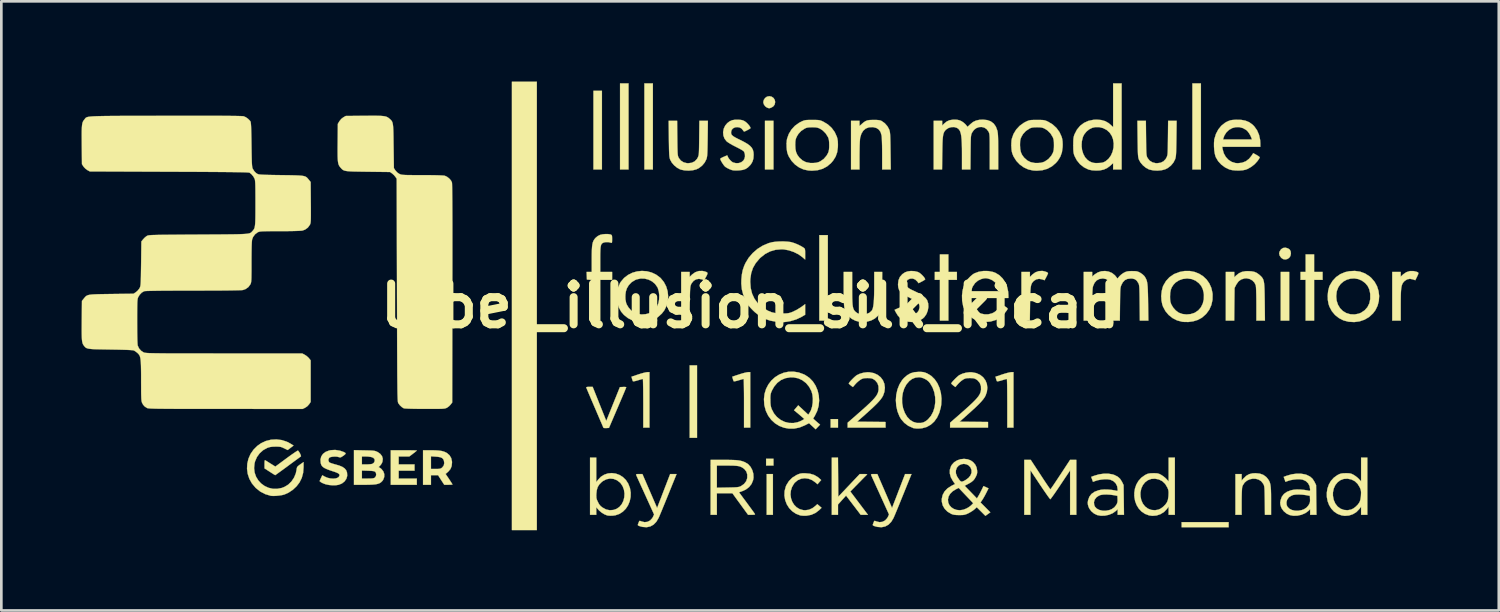
<source format=kicad_pcb>
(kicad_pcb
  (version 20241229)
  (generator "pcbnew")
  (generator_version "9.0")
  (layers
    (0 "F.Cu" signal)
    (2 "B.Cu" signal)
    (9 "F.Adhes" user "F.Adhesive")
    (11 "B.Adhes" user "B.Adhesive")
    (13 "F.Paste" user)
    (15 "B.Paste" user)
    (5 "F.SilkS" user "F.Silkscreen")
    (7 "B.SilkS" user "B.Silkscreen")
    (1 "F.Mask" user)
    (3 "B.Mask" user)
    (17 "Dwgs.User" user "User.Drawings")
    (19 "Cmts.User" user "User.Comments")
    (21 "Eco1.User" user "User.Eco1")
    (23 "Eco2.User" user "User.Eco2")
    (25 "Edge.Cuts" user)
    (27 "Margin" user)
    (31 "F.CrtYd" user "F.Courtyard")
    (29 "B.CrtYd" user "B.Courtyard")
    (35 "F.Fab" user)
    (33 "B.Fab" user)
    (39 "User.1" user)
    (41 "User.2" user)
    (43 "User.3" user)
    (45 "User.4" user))
  (footprint "label_illusion_silk_kicad"
    (layer "F.Cu")
    (at 25.001 8.387)
    (property "Reference" "label_illusion_silk_kicad" (at 0 0 0) (layer "F.SilkS") (effects (font (size 1.524 1.524) (thickness 0.3))))
    (attr through_hole)
    (fp_poly (pts (xy -7.98 8.382) (xy -8.911 8.382) (xy -8.911 -8.382) (xy -7.98 -8.382) (xy -7.98 8.382)) (stroke (width 0.01) (type solid)) (fill yes) (layer "F.SilkS"))
    (fp_poly (pts (xy -5.546 -5.101) (xy -5.863 -5.101) (xy -5.863 -8.043) (xy -5.546 -8.043) (xy -5.546 -5.101)) (stroke (width 0.01) (type solid)) (fill yes) (layer "F.SilkS"))
    (fp_poly (pts (xy -4.551 -5.101) (xy -4.868 -5.101) (xy -4.868 -8.319) (xy -4.551 -8.319) (xy -4.551 -5.101)) (stroke (width 0.01) (type solid)) (fill yes) (layer "F.SilkS"))
    (fp_poly (pts (xy -3.641 -5.101) (xy -3.958 -5.101) (xy -3.958 -8.319) (xy -3.641 -8.319) (xy -3.641 -5.101)) (stroke (width 0.01) (type solid)) (fill yes) (layer "F.SilkS"))
    (fp_poly (pts (xy -1.99 4.932) (xy -2.265 4.932) (xy -2.265 2.223) (xy -1.99 2.223) (xy -1.99 4.932)) (stroke (width 0.01) (type solid)) (fill yes) (layer "F.SilkS"))
    (fp_poly (pts (xy 0.847 7.811) (xy 0.614 7.811) (xy 0.614 6.287) (xy 0.847 6.287) (xy 0.847 7.811)) (stroke (width 0.01) (type solid)) (fill yes) (layer "F.SilkS"))
    (fp_poly (pts (xy 0.868 -5.101) (xy 0.55 -5.101) (xy 0.55 -6.921) (xy 0.868 -6.921) (xy 0.868 -5.101)) (stroke (width 0.01) (type solid)) (fill yes) (layer "F.SilkS"))
    (fp_poly (pts (xy 0.868 5.969) (xy 0.593 5.969) (xy 0.593 5.715) (xy 0.868 5.715) (xy 0.868 5.969)) (stroke (width 0.01) (type solid)) (fill yes) (layer "F.SilkS"))
    (fp_poly (pts (xy 2.9 0.55) (xy 2.582 0.55) (xy 2.582 -2.646) (xy 2.9 -2.646) (xy 2.9 0.55)) (stroke (width 0.01) (type solid)) (fill yes) (layer "F.SilkS"))
    (fp_poly (pts (xy 3.281 4.551) (xy 3.006 4.551) (xy 3.006 4.233) (xy 3.281 4.233) (xy 3.281 4.551)) (stroke (width 0.01) (type solid)) (fill yes) (layer "F.SilkS"))
    (fp_poly (pts (xy 16.849 -5.101) (xy 16.531 -5.101) (xy 16.531 -8.319) (xy 16.849 -8.319) (xy 16.849 -5.101)) (stroke (width 0.01) (type solid)) (fill yes) (layer "F.SilkS"))
    (fp_poly (pts (xy 17.886 8.276) (xy 16.129 8.276) (xy 16.129 8.086) (xy 17.886 8.086) (xy 17.886 8.276)) (stroke (width 0.01) (type solid)) (fill yes) (layer "F.SilkS"))
    (fp_poly (pts (xy 20.151 0.55) (xy 19.833 0.55) (xy 19.833 -1.27) (xy 20.151 -1.27) (xy 20.151 0.55)) (stroke (width 0.01) (type solid)) (fill yes) (layer "F.SilkS"))
    (fp_poly (pts (xy 7.408 -1.27) (xy 7.726 -1.27) (xy 7.726 -0.974) (xy 7.408 -0.974) (xy 7.408 0.55) (xy 7.091 0.55) (xy 7.091 -0.974) (xy 6.9 -0.974) (xy 6.9 -1.27) (xy 7.091 -1.27) (xy 7.091 -1.926) (xy 7.408 -1.926) (xy 7.408 -1.27)) (stroke (width 0.01) (type solid)) (fill yes) (layer "F.SilkS"))
    (fp_poly (pts (xy 21.082 -1.27) (xy 21.399 -1.27) (xy 21.399 -0.974) (xy 21.082 -0.974) (xy 21.082 0.55) (xy 20.765 0.55) (xy 20.765 -0.974) (xy 20.574 -0.974) (xy 20.574 -1.27) (xy 20.765 -1.27) (xy 20.765 -1.926) (xy 21.082 -1.926) (xy 21.082 -1.27)) (stroke (width 0.01) (type solid)) (fill yes) (layer "F.SilkS"))
    (fp_poly (pts (xy 20.104 -2.15) (xy 20.109 -2.148) (xy 20.173 -2.101) (xy 20.206 -2.035) (xy 20.214 -1.954) (xy 20.196 -1.866) (xy 20.148 -1.797) (xy 20.081 -1.753) (xy 20.003 -1.735) (xy 19.923 -1.75) (xy 19.854 -1.796) (xy 19.794 -1.879) (xy 19.775 -1.963) (xy 19.791 -2.033) (xy 19.845 -2.116) (xy 19.92 -2.165) (xy 20.009 -2.178) (xy 20.104 -2.15)) (stroke (width 0.01) (type solid)) (fill yes) (layer "F.SilkS"))
    (fp_poly (pts (xy 0.801 -7.822) (xy 0.871 -7.773) (xy 0.917 -7.7) (xy 0.931 -7.622) (xy 0.913 -7.528) (xy 0.858 -7.456) (xy 0.792 -7.417) (xy 0.737 -7.395) (xy 0.699 -7.391) (xy 0.657 -7.403) (xy 0.62 -7.418) (xy 0.556 -7.466) (xy 0.507 -7.538) (xy 0.487 -7.615) (xy 0.487 -7.62) (xy 0.506 -7.7) (xy 0.555 -7.773) (xy 0.625 -7.823) (xy 0.628 -7.824) (xy 0.717 -7.841) (xy 0.801 -7.822)) (stroke (width 0.01) (type solid)) (fill yes) (layer "F.SilkS"))
    (fp_poly (pts (xy -12.816 5.398) (xy -12.692 5.399) (xy -12.59 5.401) (xy -12.516 5.403) (xy -12.474 5.406) (xy -12.467 5.407) (xy -12.483 5.424) (xy -12.525 5.459) (xy -12.585 5.506) (xy -12.608 5.524) (xy -12.749 5.63) (xy -13.145 5.63) (xy -13.145 5.927) (xy -12.552 5.927) (xy -12.552 6.16) (xy -13.145 6.16) (xy -13.145 6.456) (xy -12.467 6.456) (xy -12.467 6.689) (xy -13.441 6.689) (xy -13.441 5.397) (xy -12.954 5.397) (xy -12.816 5.398)) (stroke (width 0.01) (type solid)) (fill yes) (layer "F.SilkS"))
    (fp_poly (pts (xy 3.291 7.135) (xy 4.094 6.287) (xy 4.243 6.287) (xy 4.313 6.289) (xy 4.359 6.294) (xy 4.372 6.302) (xy 4.371 6.303) (xy 4.35 6.322) (xy 4.305 6.367) (xy 4.239 6.432) (xy 4.159 6.514) (xy 4.068 6.607) (xy 4.046 6.629) (xy 3.742 6.939) (xy 4.071 7.375) (xy 4.4 7.811) (xy 4.13 7.811) (xy 3.582 7.092) (xy 3.431 7.259) (xy 3.281 7.426) (xy 3.281 7.811) (xy 3.048 7.811) (xy 3.048 5.673) (xy 3.28 5.673) (xy 3.291 7.135)) (stroke (width 0.01) (type solid)) (fill yes) (layer "F.SilkS"))
    (fp_poly (pts (xy -3.768 4.551) (xy -4 4.551) (xy -4 3.641) (xy -4.001 3.449) (xy -4.002 3.271) (xy -4.003 3.111) (xy -4.006 2.974) (xy -4.008 2.863) (xy -4.011 2.783) (xy -4.014 2.738) (xy -4.016 2.731) (xy -4.043 2.736) (xy -4.099 2.752) (xy -4.174 2.774) (xy -4.201 2.783) (xy -4.28 2.805) (xy -4.343 2.818) (xy -4.38 2.821) (xy -4.385 2.82) (xy -4.399 2.791) (xy -4.416 2.739) (xy -4.42 2.726) (xy -4.441 2.648) (xy -4.184 2.562) (xy -4.078 2.529) (xy -3.98 2.502) (xy -3.9 2.484) (xy -3.848 2.477) (xy -3.847 2.477) (xy -3.768 2.477) (xy -3.768 4.551)) (stroke (width 0.01) (type solid)) (fill yes) (layer "F.SilkS"))
    (fp_poly (pts (xy 0 4.551) (xy -0.233 4.551) (xy -0.233 3.641) (xy -0.233 3.449) (xy -0.234 3.271) (xy -0.236 3.111) (xy -0.238 2.974) (xy -0.24 2.863) (xy -0.243 2.783) (xy -0.247 2.738) (xy -0.249 2.731) (xy -0.275 2.736) (xy -0.331 2.752) (xy -0.407 2.774) (xy -0.434 2.783) (xy -0.513 2.805) (xy -0.576 2.818) (xy -0.612 2.821) (xy -0.617 2.82) (xy -0.631 2.791) (xy -0.649 2.739) (xy -0.652 2.726) (xy -0.673 2.648) (xy -0.416 2.562) (xy -0.311 2.529) (xy -0.212 2.502) (xy -0.132 2.484) (xy -0.08 2.477) (xy -0.079 2.477) (xy 0 2.477) (xy 0 4.551)) (stroke (width 0.01) (type solid)) (fill yes) (layer "F.SilkS"))
    (fp_poly (pts (xy 9.842 4.551) (xy 9.61 4.551) (xy 9.61 3.641) (xy 9.609 3.449) (xy 9.608 3.271) (xy 9.607 3.111) (xy 9.605 2.974) (xy 9.602 2.863) (xy 9.599 2.783) (xy 9.596 2.738) (xy 9.594 2.731) (xy 9.567 2.736) (xy 9.511 2.752) (xy 9.436 2.774) (xy 9.409 2.783) (xy 9.33 2.805) (xy 9.267 2.818) (xy 9.23 2.821) (xy 9.226 2.82) (xy 9.211 2.791) (xy 9.194 2.739) (xy 9.19 2.726) (xy 9.169 2.648) (xy 9.426 2.562) (xy 9.532 2.529) (xy 9.63 2.502) (xy 9.711 2.484) (xy 9.762 2.477) (xy 9.763 2.477) (xy 9.842 2.477) (xy 9.842 4.551)) (stroke (width 0.01) (type solid)) (fill yes) (layer "F.SilkS"))
    (fp_poly (pts (xy 24.842 -1.293) (xy 24.924 -1.272) (xy 24.969 -1.251) (xy 24.982 -1.22) (xy 24.967 -1.17) (xy 24.933 -1.097) (xy 24.865 -0.96) (xy 24.778 -0.991) (xy 24.665 -1.013) (xy 24.562 -0.993) (xy 24.468 -0.933) (xy 24.446 -0.911) (xy 24.412 -0.872) (xy 24.385 -0.828) (xy 24.364 -0.776) (xy 24.348 -0.71) (xy 24.336 -0.625) (xy 24.328 -0.517) (xy 24.323 -0.381) (xy 24.321 -0.211) (xy 24.32 -0.018) (xy 24.32 0.55) (xy 24.003 0.55) (xy 24.003 -1.27) (xy 24.32 -1.27) (xy 24.32 -1.095) (xy 24.413 -1.18) (xy 24.529 -1.26) (xy 24.659 -1.301) (xy 24.796 -1.302) (xy 24.842 -1.293)) (stroke (width 0.01) (type solid)) (fill yes) (layer "F.SilkS"))
    (fp_poly (pts (xy -1.714 -1.291) (xy -1.644 -1.269) (xy -1.606 -1.246) (xy -1.598 -1.213) (xy -1.616 -1.16) (xy -1.65 -1.095) (xy -1.722 -0.96) (xy -1.808 -0.992) (xy -1.921 -1.012) (xy -2.026 -0.992) (xy -2.118 -0.936) (xy -2.191 -0.846) (xy -2.215 -0.799) (xy -2.226 -0.769) (xy -2.235 -0.733) (xy -2.242 -0.686) (xy -2.248 -0.624) (xy -2.252 -0.54) (xy -2.255 -0.431) (xy -2.258 -0.29) (xy -2.26 -0.113) (xy -2.261 -0.079) (xy -2.268 0.55) (xy -2.582 0.55) (xy -2.582 -1.27) (xy -2.265 -1.27) (xy -2.265 -1.087) (xy -2.173 -1.175) (xy -2.057 -1.258) (xy -1.929 -1.303) (xy -1.792 -1.307) (xy -1.714 -1.291)) (stroke (width 0.01) (type solid)) (fill yes) (layer "F.SilkS"))
    (fp_poly (pts (xy 10.944 -1.304) (xy 11.024 -1.286) (xy 11.088 -1.262) (xy 11.127 -1.236) (xy 11.134 -1.222) (xy 11.124 -1.194) (xy 11.1 -1.141) (xy 11.069 -1.08) (xy 11.004 -0.959) (xy 10.915 -0.991) (xy 10.801 -1.012) (xy 10.696 -0.993) (xy 10.603 -0.934) (xy 10.592 -0.923) (xy 10.56 -0.888) (xy 10.534 -0.852) (xy 10.513 -0.809) (xy 10.497 -0.755) (xy 10.485 -0.684) (xy 10.477 -0.592) (xy 10.471 -0.474) (xy 10.466 -0.325) (xy 10.463 -0.141) (xy 10.462 -0.069) (xy 10.453 0.55) (xy 10.139 0.55) (xy 10.139 -1.27) (xy 10.456 -1.27) (xy 10.456 -1.081) (xy 10.548 -1.172) (xy 10.657 -1.253) (xy 10.782 -1.299) (xy 10.914 -1.308) (xy 10.944 -1.304)) (stroke (width 0.01) (type solid)) (fill yes) (layer "F.SilkS"))
    (fp_poly (pts (xy -5.638 3.664) (xy -5.383 4.301) (xy -5.129 3.669) (xy -4.874 3.037) (xy -4.755 3.031) (xy -4.691 3.03) (xy -4.648 3.035) (xy -4.636 3.042) (xy -4.645 3.064) (xy -4.668 3.121) (xy -4.704 3.209) (xy -4.752 3.322) (xy -4.809 3.457) (xy -4.874 3.609) (xy -4.945 3.775) (xy -4.96 3.81) (xy -5.282 4.561) (xy -5.38 4.568) (xy -5.44 4.568) (xy -5.481 4.562) (xy -5.489 4.557) (xy -5.498 4.536) (xy -5.522 4.481) (xy -5.558 4.397) (xy -5.604 4.29) (xy -5.658 4.165) (xy -5.717 4.026) (xy -5.78 3.88) (xy -5.844 3.731) (xy -5.907 3.584) (xy -5.966 3.445) (xy -6.02 3.318) (xy -6.066 3.21) (xy -6.102 3.124) (xy -6.126 3.067) (xy -6.132 3.053) (xy -6.126 3.038) (xy -6.088 3.029) (xy -6.018 3.027) (xy -5.892 3.027) (xy -5.638 3.664)) (stroke (width 0.01) (type solid)) (fill yes) (layer "F.SilkS"))
    (fp_poly (pts (xy 12.192 7.811) (xy 11.959 7.811) (xy 11.959 6.149) (xy 11.599 6.689) (xy 11.509 6.823) (xy 11.426 6.945) (xy 11.353 7.05) (xy 11.292 7.135) (xy 11.248 7.195) (xy 11.223 7.225) (xy 11.218 7.228) (xy 11.202 7.211) (xy 11.165 7.163) (xy 11.111 7.089) (xy 11.043 6.991) (xy 10.963 6.876) (xy 10.876 6.746) (xy 10.837 6.689) (xy 10.478 6.149) (xy 10.478 6.98) (xy 10.477 7.811) (xy 10.245 7.811) (xy 10.245 5.757) (xy 10.488 5.758) (xy 10.848 6.308) (xy 10.937 6.444) (xy 11.019 6.567) (xy 11.091 6.674) (xy 11.15 6.761) (xy 11.193 6.822) (xy 11.217 6.854) (xy 11.221 6.858) (xy 11.236 6.841) (xy 11.271 6.793) (xy 11.323 6.718) (xy 11.389 6.62) (xy 11.467 6.503) (xy 11.553 6.373) (xy 11.597 6.308) (xy 11.958 5.757) (xy 12.192 5.757) (xy 12.192 7.811)) (stroke (width 0.01) (type solid)) (fill yes) (layer "F.SilkS"))
    (fp_poly (pts (xy -16.884 5.437) (xy -16.853 5.485) (xy -16.823 5.541) (xy -16.803 5.591) (xy -16.797 5.623) (xy -16.8 5.627) (xy -16.822 5.643) (xy -16.873 5.68) (xy -16.949 5.736) (xy -17.046 5.807) (xy -17.158 5.889) (xy -17.281 5.98) (xy -17.287 5.985) (xy -17.41 6.075) (xy -17.521 6.156) (xy -17.616 6.225) (xy -17.691 6.279) (xy -17.741 6.315) (xy -17.761 6.328) (xy -17.762 6.328) (xy -17.781 6.317) (xy -17.829 6.288) (xy -17.897 6.245) (xy -17.965 6.201) (xy -18.161 6.075) (xy -18.161 5.915) (xy -18.159 5.832) (xy -18.154 5.785) (xy -18.143 5.769) (xy -18.135 5.771) (xy -18.106 5.789) (xy -18.051 5.823) (xy -17.978 5.869) (xy -17.932 5.898) (xy -17.756 6.008) (xy -17.343 5.703) (xy -17.227 5.618) (xy -17.123 5.544) (xy -17.034 5.483) (xy -16.965 5.438) (xy -16.923 5.413) (xy -16.91 5.409) (xy -16.884 5.437)) (stroke (width 0.01) (type solid)) (fill yes) (layer "F.SilkS"))
    (fp_poly (pts (xy 18.734 -1.294) (xy 18.844 -1.274) (xy 18.936 -1.235) (xy 19.023 -1.173) (xy 19.046 -1.153) (xy 19.092 -1.111) (xy 19.129 -1.072) (xy 19.158 -1.03) (xy 19.182 -0.982) (xy 19.199 -0.922) (xy 19.212 -0.846) (xy 19.221 -0.75) (xy 19.227 -0.628) (xy 19.231 -0.476) (xy 19.234 -0.289) (xy 19.236 -0.153) (xy 19.243 0.55) (xy 18.923 0.55) (xy 18.923 -0.069) (xy 18.922 -0.265) (xy 18.919 -0.435) (xy 18.915 -0.575) (xy 18.91 -0.682) (xy 18.903 -0.751) (xy 18.9 -0.772) (xy 18.851 -0.871) (xy 18.772 -0.952) (xy 18.672 -1.007) (xy 18.56 -1.031) (xy 18.481 -1.027) (xy 18.357 -0.989) (xy 18.258 -0.918) (xy 18.181 -0.811) (xy 18.172 -0.795) (xy 18.108 -0.67) (xy 18.101 -0.06) (xy 18.095 0.55) (xy 17.78 0.55) (xy 17.78 -1.27) (xy 18.098 -1.27) (xy 18.098 -1.071) (xy 18.166 -1.137) (xy 18.273 -1.221) (xy 18.386 -1.273) (xy 18.518 -1.297) (xy 18.595 -1.3) (xy 18.734 -1.294)) (stroke (width 0.01) (type solid)) (fill yes) (layer "F.SilkS"))
    (fp_poly (pts (xy -5.317 -2.685) (xy -5.234 -2.673) (xy -5.219 -2.668) (xy -5.191 -2.654) (xy -5.174 -2.633) (xy -5.167 -2.594) (xy -5.165 -2.527) (xy -5.165 -2.496) (xy -5.166 -2.418) (xy -5.17 -2.374) (xy -5.18 -2.357) (xy -5.198 -2.359) (xy -5.202 -2.36) (xy -5.301 -2.384) (xy -5.408 -2.384) (xy -5.471 -2.371) (xy -5.512 -2.354) (xy -5.544 -2.332) (xy -5.568 -2.299) (xy -5.585 -2.25) (xy -5.597 -2.18) (xy -5.604 -2.085) (xy -5.608 -1.959) (xy -5.609 -1.796) (xy -5.609 -1.736) (xy -5.609 -1.27) (xy -5.165 -1.27) (xy -5.165 -0.974) (xy -5.609 -0.974) (xy -5.609 0.55) (xy -5.927 0.55) (xy -5.927 -0.971) (xy -6.017 -0.978) (xy -6.107 -0.984) (xy -6.119 -1.27) (xy -5.927 -1.27) (xy -5.927 -1.753) (xy -5.926 -1.94) (xy -5.922 -2.09) (xy -5.915 -2.209) (xy -5.902 -2.303) (xy -5.885 -2.377) (xy -5.86 -2.438) (xy -5.828 -2.49) (xy -5.787 -2.54) (xy -5.705 -2.609) (xy -5.615 -2.655) (xy -5.524 -2.676) (xy -5.42 -2.686) (xy -5.317 -2.685)) (stroke (width 0.01) (type solid)) (fill yes) (layer "F.SilkS"))
    (fp_poly (pts (xy 19.048 6.27) (xy 19.178 6.315) (xy 19.285 6.392) (xy 19.34 6.454) (xy 19.379 6.507) (xy 19.409 6.56) (xy 19.432 6.62) (xy 19.449 6.691) (xy 19.46 6.78) (xy 19.468 6.891) (xy 19.472 7.032) (xy 19.473 7.206) (xy 19.473 7.285) (xy 19.473 7.811) (xy 19.243 7.811) (xy 19.237 7.276) (xy 19.234 7.112) (xy 19.232 6.984) (xy 19.229 6.887) (xy 19.225 6.815) (xy 19.219 6.763) (xy 19.211 6.724) (xy 19.2 6.693) (xy 19.186 6.664) (xy 19.177 6.648) (xy 19.104 6.556) (xy 19.01 6.495) (xy 18.902 6.464) (xy 18.788 6.46) (xy 18.675 6.484) (xy 18.571 6.533) (xy 18.483 6.608) (xy 18.418 6.706) (xy 18.395 6.767) (xy 18.388 6.813) (xy 18.383 6.893) (xy 18.378 7.002) (xy 18.375 7.133) (xy 18.373 7.278) (xy 18.373 7.329) (xy 18.373 7.811) (xy 18.14 7.811) (xy 18.14 6.287) (xy 18.373 6.287) (xy 18.373 6.53) (xy 18.452 6.441) (xy 18.549 6.35) (xy 18.654 6.291) (xy 18.776 6.261) (xy 18.891 6.255) (xy 19.048 6.27)) (stroke (width 0.01) (type solid)) (fill yes) (layer "F.SilkS"))
    (fp_poly (pts (xy 3.81 -0.66) (xy 3.811 -0.456) (xy 3.813 -0.29) (xy 3.818 -0.156) (xy 3.825 -0.051) (xy 3.837 0.031) (xy 3.852 0.093) (xy 3.873 0.142) (xy 3.899 0.182) (xy 3.931 0.216) (xy 4.007 0.273) (xy 4.093 0.305) (xy 4.203 0.317) (xy 4.229 0.317) (xy 4.354 0.3) (xy 4.46 0.254) (xy 4.539 0.181) (xy 4.556 0.156) (xy 4.579 0.1) (xy 4.598 0.018) (xy 4.613 -0.091) (xy 4.624 -0.231) (xy 4.631 -0.406) (xy 4.635 -0.619) (xy 4.635 -0.767) (xy 4.636 -1.27) (xy 4.934 -1.27) (xy 4.921 0.116) (xy 4.861 0.239) (xy 4.775 0.368) (xy 4.659 0.471) (xy 4.519 0.546) (xy 4.359 0.591) (xy 4.185 0.603) (xy 4.074 0.593) (xy 3.934 0.555) (xy 3.8 0.487) (xy 3.684 0.395) (xy 3.597 0.288) (xy 3.578 0.255) (xy 3.554 0.203) (xy 3.535 0.145) (xy 3.521 0.077) (xy 3.51 -0.007) (xy 3.502 -0.11) (xy 3.496 -0.24) (xy 3.494 -0.4) (xy 3.493 -0.596) (xy 3.493 -0.657) (xy 3.493 -1.27) (xy 3.81 -1.27) (xy 3.81 -0.66)) (stroke (width 0.01) (type solid)) (fill yes) (layer "F.SilkS"))
    (fp_poly (pts (xy -11.78 5.4) (xy -11.644 5.409) (xy -11.535 5.425) (xy -11.446 5.45) (xy -11.369 5.485) (xy -11.345 5.499) (xy -11.245 5.584) (xy -11.181 5.69) (xy -11.152 5.819) (xy -11.151 5.859) (xy -11.165 5.992) (xy -11.21 6.101) (xy -11.289 6.195) (xy -11.304 6.208) (xy -11.391 6.283) (xy -11.262 6.474) (xy -11.21 6.553) (xy -11.168 6.618) (xy -11.141 6.662) (xy -11.134 6.677) (xy -11.153 6.683) (xy -11.204 6.687) (xy -11.277 6.688) (xy -11.287 6.688) (xy -11.441 6.688) (xy -11.557 6.509) (xy -11.673 6.329) (xy -11.806 6.329) (xy -11.938 6.329) (xy -11.938 6.689) (xy -12.234 6.689) (xy -12.234 6.096) (xy -11.938 6.096) (xy -11.76 6.096) (xy -11.669 6.095) (xy -11.609 6.089) (xy -11.567 6.076) (xy -11.532 6.054) (xy -11.519 6.043) (xy -11.46 5.969) (xy -11.441 5.879) (xy -11.453 5.791) (xy -11.479 5.73) (xy -11.522 5.687) (xy -11.588 5.658) (xy -11.685 5.642) (xy -11.758 5.636) (xy -11.938 5.624) (xy -11.938 6.096) (xy -12.234 6.096) (xy -12.234 5.397) (xy -11.951 5.397) (xy -11.78 5.4)) (stroke (width 0.01) (type solid)) (fill yes) (layer "F.SilkS"))
    (fp_poly (pts (xy -3.061 7.043) (xy -3.132 7.218) (xy -3.2 7.385) (xy -3.264 7.54) (xy -3.32 7.677) (xy -3.368 7.791) (xy -3.404 7.876) (xy -3.427 7.928) (xy -3.428 7.93) (xy -3.513 8.074) (xy -3.616 8.179) (xy -3.736 8.246) (xy -3.873 8.275) (xy -4.026 8.264) (xy -4.113 8.242) (xy -4.175 8.22) (xy -4.201 8.2) (xy -4.202 8.176) (xy -4.201 8.174) (xy -4.183 8.127) (xy -4.166 8.082) (xy -4.151 8.047) (xy -4.131 8.036) (xy -4.093 8.048) (xy -4.068 8.058) (xy -3.953 8.086) (xy -3.844 8.074) (xy -3.746 8.024) (xy -3.667 7.94) (xy -3.631 7.877) (xy -3.596 7.798) (xy -3.927 7.069) (xy -4.002 6.904) (xy -4.072 6.751) (xy -4.134 6.614) (xy -4.187 6.497) (xy -4.228 6.406) (xy -4.256 6.343) (xy -4.269 6.314) (xy -4.27 6.313) (xy -4.263 6.297) (xy -4.225 6.289) (xy -4.156 6.287) (xy -4.032 6.287) (xy -3.483 7.555) (xy -3.408 7.36) (xy -3.377 7.28) (xy -3.334 7.17) (xy -3.284 7.039) (xy -3.23 6.897) (xy -3.175 6.754) (xy -3.164 6.726) (xy -2.995 6.287) (xy -2.755 6.287) (xy -3.061 7.043)) (stroke (width 0.01) (type solid)) (fill yes) (layer "F.SilkS"))
    (fp_poly (pts (xy 5.723 7.043) (xy 5.652 7.218) (xy 5.584 7.385) (xy 5.521 7.54) (xy 5.464 7.677) (xy 5.417 7.791) (xy 5.38 7.876) (xy 5.358 7.928) (xy 5.357 7.93) (xy 5.271 8.074) (xy 5.168 8.179) (xy 5.048 8.246) (xy 4.911 8.275) (xy 4.758 8.264) (xy 4.671 8.242) (xy 4.61 8.22) (xy 4.583 8.2) (xy 4.582 8.176) (xy 4.583 8.174) (xy 4.601 8.127) (xy 4.618 8.082) (xy 4.633 8.047) (xy 4.653 8.036) (xy 4.691 8.048) (xy 4.716 8.058) (xy 4.831 8.086) (xy 4.94 8.074) (xy 5.038 8.024) (xy 5.117 7.94) (xy 5.153 7.877) (xy 5.188 7.798) (xy 4.857 7.069) (xy 4.782 6.904) (xy 4.712 6.751) (xy 4.65 6.614) (xy 4.597 6.497) (xy 4.556 6.406) (xy 4.528 6.343) (xy 4.515 6.314) (xy 4.515 6.313) (xy 4.521 6.297) (xy 4.559 6.289) (xy 4.628 6.287) (xy 4.752 6.287) (xy 5.027 6.921) (xy 5.301 7.555) (xy 5.376 7.36) (xy 5.407 7.28) (xy 5.45 7.17) (xy 5.5 7.039) (xy 5.554 6.897) (xy 5.61 6.754) (xy 5.62 6.726) (xy 5.789 6.287) (xy 6.029 6.287) (xy 5.723 7.043)) (stroke (width 0.01) (type solid)) (fill yes) (layer "F.SilkS"))
    (fp_poly (pts (xy 4.726 -6.952) (xy 4.805 -6.945) (xy 4.863 -6.934) (xy 4.909 -6.915) (xy 4.911 -6.914) (xy 5.031 -6.829) (xy 5.129 -6.717) (xy 5.19 -6.605) (xy 5.203 -6.57) (xy 5.213 -6.535) (xy 5.221 -6.494) (xy 5.227 -6.442) (xy 5.232 -6.373) (xy 5.236 -6.284) (xy 5.239 -6.169) (xy 5.242 -6.023) (xy 5.244 -5.84) (xy 5.245 -5.794) (xy 5.254 -5.101) (xy 4.932 -5.101) (xy 4.932 -5.68) (xy 4.931 -5.839) (xy 4.929 -5.99) (xy 4.925 -6.126) (xy 4.921 -6.241) (xy 4.916 -6.326) (xy 4.91 -6.374) (xy 4.872 -6.5) (xy 4.808 -6.592) (xy 4.717 -6.652) (xy 4.598 -6.682) (xy 4.573 -6.684) (xy 4.437 -6.676) (xy 4.32 -6.632) (xy 4.226 -6.552) (xy 4.156 -6.439) (xy 4.111 -6.294) (xy 4.108 -6.278) (xy 4.102 -6.219) (xy 4.096 -6.126) (xy 4.091 -6.006) (xy 4.088 -5.867) (xy 4.086 -5.716) (xy 4.085 -5.623) (xy 4.085 -5.101) (xy 3.768 -5.101) (xy 3.768 -6.921) (xy 4.085 -6.921) (xy 4.085 -6.726) (xy 4.169 -6.801) (xy 4.245 -6.866) (xy 4.311 -6.909) (xy 4.381 -6.936) (xy 4.465 -6.949) (xy 4.576 -6.953) (xy 4.614 -6.953) (xy 4.726 -6.952)) (stroke (width 0.01) (type solid)) (fill yes) (layer "F.SilkS"))
    (fp_poly (pts (xy 2.053 6.258) (xy 2.234 6.274) (xy 2.388 6.32) (xy 2.522 6.398) (xy 2.563 6.431) (xy 2.652 6.511) (xy 2.583 6.589) (xy 2.514 6.668) (xy 2.442 6.604) (xy 2.313 6.514) (xy 2.176 6.461) (xy 2.037 6.443) (xy 1.902 6.462) (xy 1.778 6.516) (xy 1.669 6.606) (xy 1.637 6.644) (xy 1.56 6.775) (xy 1.517 6.913) (xy 1.505 7.054) (xy 1.524 7.192) (xy 1.569 7.321) (xy 1.639 7.435) (xy 1.732 7.529) (xy 1.845 7.598) (xy 1.976 7.635) (xy 2.052 7.641) (xy 2.196 7.621) (xy 2.328 7.561) (xy 2.426 7.487) (xy 2.508 7.413) (xy 2.587 7.481) (xy 2.666 7.549) (xy 2.576 7.636) (xy 2.441 7.74) (xy 2.284 7.81) (xy 2.114 7.843) (xy 2.086 7.845) (xy 2 7.846) (xy 1.921 7.841) (xy 1.871 7.834) (xy 1.709 7.772) (xy 1.569 7.677) (xy 1.453 7.557) (xy 1.364 7.415) (xy 1.305 7.258) (xy 1.277 7.092) (xy 1.284 6.922) (xy 1.329 6.753) (xy 1.351 6.701) (xy 1.446 6.549) (xy 1.573 6.422) (xy 1.728 6.325) (xy 1.736 6.321) (xy 1.812 6.288) (xy 1.877 6.268) (xy 1.947 6.259) (xy 2.039 6.258) (xy 2.053 6.258)) (stroke (width 0.01) (type solid)) (fill yes) (layer "F.SilkS"))
    (fp_poly (pts (xy 4.455 2.482) (xy 4.62 2.513) (xy 4.761 2.577) (xy 4.876 2.668) (xy 4.961 2.782) (xy 5.015 2.914) (xy 5.034 3.06) (xy 5.016 3.214) (xy 4.968 3.351) (xy 4.93 3.42) (xy 4.875 3.497) (xy 4.8 3.585) (xy 4.701 3.688) (xy 4.576 3.809) (xy 4.421 3.95) (xy 4.323 4.038) (xy 3.995 4.329) (xy 4.527 4.334) (xy 5.059 4.34) (xy 5.059 4.551) (xy 3.641 4.551) (xy 3.641 4.368) (xy 4.038 4.021) (xy 4.215 3.865) (xy 4.362 3.732) (xy 4.482 3.619) (xy 4.578 3.523) (xy 4.652 3.441) (xy 4.708 3.369) (xy 4.747 3.304) (xy 4.774 3.243) (xy 4.79 3.182) (xy 4.798 3.127) (xy 4.793 2.995) (xy 4.751 2.881) (xy 4.673 2.788) (xy 4.634 2.758) (xy 4.58 2.727) (xy 4.53 2.709) (xy 4.467 2.701) (xy 4.383 2.699) (xy 4.292 2.701) (xy 4.226 2.711) (xy 4.17 2.732) (xy 4.125 2.757) (xy 4.057 2.805) (xy 3.982 2.871) (xy 3.932 2.924) (xy 3.837 3.034) (xy 3.76 2.975) (xy 3.714 2.936) (xy 3.686 2.907) (xy 3.683 2.899) (xy 3.698 2.872) (xy 3.736 2.824) (xy 3.79 2.766) (xy 3.851 2.704) (xy 3.912 2.647) (xy 3.965 2.603) (xy 3.984 2.59) (xy 4.1 2.535) (xy 4.237 2.497) (xy 4.379 2.48) (xy 4.455 2.482)) (stroke (width 0.01) (type solid)) (fill yes) (layer "F.SilkS"))
    (fp_poly (pts (xy 8.286 2.482) (xy 8.451 2.513) (xy 8.592 2.577) (xy 8.707 2.668) (xy 8.792 2.782) (xy 8.846 2.914) (xy 8.865 3.06) (xy 8.847 3.214) (xy 8.799 3.351) (xy 8.761 3.42) (xy 8.706 3.497) (xy 8.631 3.585) (xy 8.532 3.688) (xy 8.407 3.809) (xy 8.252 3.95) (xy 8.154 4.038) (xy 7.827 4.329) (xy 8.358 4.334) (xy 8.89 4.34) (xy 8.89 4.551) (xy 7.472 4.551) (xy 7.472 4.368) (xy 7.869 4.021) (xy 8.046 3.865) (xy 8.193 3.732) (xy 8.313 3.619) (xy 8.409 3.523) (xy 8.483 3.441) (xy 8.539 3.369) (xy 8.578 3.304) (xy 8.605 3.243) (xy 8.621 3.182) (xy 8.629 3.127) (xy 8.625 2.995) (xy 8.582 2.881) (xy 8.504 2.788) (xy 8.465 2.758) (xy 8.411 2.727) (xy 8.361 2.709) (xy 8.298 2.701) (xy 8.214 2.699) (xy 8.123 2.701) (xy 8.057 2.711) (xy 8.001 2.732) (xy 7.956 2.757) (xy 7.888 2.805) (xy 7.813 2.871) (xy 7.763 2.924) (xy 7.668 3.034) (xy 7.591 2.975) (xy 7.545 2.936) (xy 7.518 2.907) (xy 7.514 2.899) (xy 7.529 2.872) (xy 7.567 2.824) (xy 7.621 2.766) (xy 7.682 2.704) (xy 7.744 2.647) (xy 7.796 2.603) (xy 7.815 2.59) (xy 7.931 2.535) (xy 8.068 2.497) (xy 8.21 2.48) (xy 8.286 2.482)) (stroke (width 0.01) (type solid)) (fill yes) (layer "F.SilkS"))
    (fp_poly (pts (xy -2.727 -6.271) (xy -2.725 -6.088) (xy -2.723 -5.942) (xy -2.72 -5.828) (xy -2.717 -5.742) (xy -2.713 -5.678) (xy -2.707 -5.631) (xy -2.699 -5.595) (xy -2.689 -5.567) (xy -2.676 -5.541) (xy -2.667 -5.524) (xy -2.592 -5.431) (xy -2.489 -5.367) (xy -2.366 -5.336) (xy -2.318 -5.334) (xy -2.186 -5.352) (xy -2.078 -5.404) (xy -1.996 -5.489) (xy -1.968 -5.535) (xy -1.954 -5.566) (xy -1.942 -5.596) (xy -1.932 -5.629) (xy -1.925 -5.671) (xy -1.92 -5.727) (xy -1.917 -5.803) (xy -1.914 -5.903) (xy -1.912 -6.034) (xy -1.91 -6.198) (xy -1.909 -6.281) (xy -1.902 -6.921) (xy -1.584 -6.921) (xy -1.592 -6.26) (xy -1.595 -6.071) (xy -1.598 -5.919) (xy -1.601 -5.798) (xy -1.605 -5.705) (xy -1.61 -5.633) (xy -1.617 -5.578) (xy -1.626 -5.533) (xy -1.636 -5.495) (xy -1.641 -5.482) (xy -1.704 -5.359) (xy -1.798 -5.247) (xy -1.914 -5.156) (xy -2.018 -5.104) (xy -2.15 -5.071) (xy -2.301 -5.058) (xy -2.454 -5.066) (xy -2.592 -5.094) (xy -2.624 -5.105) (xy -2.736 -5.166) (xy -2.843 -5.254) (xy -2.933 -5.358) (xy -2.993 -5.466) (xy -2.995 -5.472) (xy -3.007 -5.506) (xy -3.016 -5.545) (xy -3.023 -5.594) (xy -3.029 -5.658) (xy -3.033 -5.743) (xy -3.037 -5.853) (xy -3.039 -5.992) (xy -3.042 -6.168) (xy -3.043 -6.249) (xy -3.051 -6.921) (xy -2.734 -6.921) (xy -2.727 -6.271)) (stroke (width 0.01) (type solid)) (fill yes) (layer "F.SilkS"))
    (fp_poly (pts (xy 14.799 -6.271) (xy 14.801 -6.088) (xy 14.803 -5.942) (xy 14.806 -5.828) (xy 14.809 -5.742) (xy 14.813 -5.678) (xy 14.819 -5.631) (xy 14.827 -5.595) (xy 14.837 -5.567) (xy 14.85 -5.541) (xy 14.859 -5.524) (xy 14.934 -5.431) (xy 15.037 -5.367) (xy 15.16 -5.336) (xy 15.208 -5.334) (xy 15.34 -5.352) (xy 15.448 -5.404) (xy 15.53 -5.489) (xy 15.557 -5.535) (xy 15.572 -5.566) (xy 15.584 -5.596) (xy 15.594 -5.629) (xy 15.601 -5.671) (xy 15.606 -5.727) (xy 15.609 -5.803) (xy 15.612 -5.903) (xy 15.614 -6.034) (xy 15.616 -6.198) (xy 15.617 -6.281) (xy 15.624 -6.921) (xy 15.942 -6.921) (xy 15.934 -6.26) (xy 15.931 -6.071) (xy 15.928 -5.919) (xy 15.925 -5.798) (xy 15.921 -5.705) (xy 15.916 -5.633) (xy 15.909 -5.578) (xy 15.9 -5.533) (xy 15.89 -5.495) (xy 15.885 -5.482) (xy 15.822 -5.359) (xy 15.728 -5.247) (xy 15.612 -5.156) (xy 15.508 -5.104) (xy 15.376 -5.071) (xy 15.225 -5.058) (xy 15.072 -5.066) (xy 14.934 -5.094) (xy 14.902 -5.105) (xy 14.79 -5.166) (xy 14.683 -5.254) (xy 14.593 -5.358) (xy 14.533 -5.466) (xy 14.531 -5.472) (xy 14.519 -5.506) (xy 14.51 -5.545) (xy 14.503 -5.594) (xy 14.497 -5.658) (xy 14.493 -5.743) (xy 14.489 -5.853) (xy 14.487 -5.992) (xy 14.484 -6.168) (xy 14.483 -6.249) (xy 14.475 -6.921) (xy 14.792 -6.921) (xy 14.799 -6.271)) (stroke (width 0.01) (type solid)) (fill yes) (layer "F.SilkS"))
    (fp_poly (pts (xy -0.979 5.758) (xy -0.8 5.758) (xy -0.656 5.761) (xy -0.541 5.766) (xy -0.449 5.775) (xy -0.371 5.788) (xy -0.303 5.806) (xy -0.236 5.829) (xy -0.188 5.85) (xy -0.077 5.919) (xy 0.013 6.02) (xy 0.078 6.142) (xy 0.116 6.278) (xy 0.122 6.42) (xy 0.108 6.511) (xy 0.051 6.652) (xy -0.041 6.771) (xy -0.165 6.866) (xy -0.314 6.933) (xy -0.421 6.968) (xy -0.278 7.162) (xy -0.154 7.329) (xy -0.053 7.466) (xy 0.026 7.574) (xy 0.087 7.657) (xy 0.13 7.717) (xy 0.159 7.757) (xy 0.174 7.78) (xy 0.177 7.784) (xy 0.176 7.799) (xy 0.145 7.807) (xy 0.08 7.81) (xy 0.056 7.811) (xy -0.081 7.811) (xy -0.667 7.006) (xy -0.958 7.006) (xy -1.249 7.006) (xy -1.249 7.811) (xy -1.482 7.811) (xy -1.482 6.798) (xy -1.249 6.798) (xy -0.841 6.791) (xy -0.698 6.788) (xy -0.59 6.785) (xy -0.51 6.78) (xy -0.453 6.773) (xy -0.41 6.764) (xy -0.375 6.751) (xy -0.347 6.738) (xy -0.231 6.656) (xy -0.153 6.556) (xy -0.113 6.438) (xy -0.112 6.304) (xy -0.112 6.303) (xy -0.145 6.197) (xy -0.213 6.108) (xy -0.275 6.059) (xy -0.325 6.029) (xy -0.379 6.006) (xy -0.444 5.989) (xy -0.527 5.979) (xy -0.633 5.972) (xy -0.771 5.97) (xy -0.873 5.969) (xy -1.249 5.969) (xy -1.249 6.798) (xy -1.482 6.798) (xy -1.482 5.757) (xy -0.979 5.758)) (stroke (width 0.01) (type solid)) (fill yes) (layer "F.SilkS"))
    (fp_poly (pts (xy -5.757 6.591) (xy -5.693 6.504) (xy -5.586 6.39) (xy -5.46 6.311) (xy -5.322 6.264) (xy -5.178 6.251) (xy -5.032 6.269) (xy -4.892 6.319) (xy -4.763 6.399) (xy -4.65 6.509) (xy -4.562 6.645) (xy -4.498 6.81) (xy -4.469 6.979) (xy -4.473 7.145) (xy -4.507 7.306) (xy -4.568 7.454) (xy -4.654 7.585) (xy -4.764 7.695) (xy -4.893 7.778) (xy -5.041 7.829) (xy -5.14 7.843) (xy -5.225 7.845) (xy -5.302 7.841) (xy -5.348 7.834) (xy -5.454 7.792) (xy -5.563 7.724) (xy -5.659 7.641) (xy -5.681 7.616) (xy -5.757 7.528) (xy -5.757 7.811) (xy -5.99 7.811) (xy -5.99 7.112) (xy -5.756 7.112) (xy -5.752 7.178) (xy -5.739 7.234) (xy -5.713 7.296) (xy -5.708 7.306) (xy -5.667 7.388) (xy -5.63 7.444) (xy -5.587 7.489) (xy -5.527 7.537) (xy -5.524 7.539) (xy -5.395 7.609) (xy -5.258 7.64) (xy -5.116 7.629) (xy -5.002 7.59) (xy -4.892 7.516) (xy -4.806 7.415) (xy -4.745 7.293) (xy -4.71 7.157) (xy -4.702 7.016) (xy -4.722 6.875) (xy -4.771 6.743) (xy -4.849 6.627) (xy -4.87 6.606) (xy -4.985 6.518) (xy -5.113 6.468) (xy -5.247 6.456) (xy -5.38 6.483) (xy -5.507 6.549) (xy -5.558 6.589) (xy -5.646 6.679) (xy -5.704 6.775) (xy -5.738 6.888) (xy -5.753 7.02) (xy -5.756 7.112) (xy -5.99 7.112) (xy -5.99 5.673) (xy -5.757 5.673) (xy -5.757 6.591)) (stroke (width 0.01) (type solid)) (fill yes) (layer "F.SilkS"))
    (fp_poly (pts (xy 22.801 -1.281) (xy 22.983 -1.214) (xy 23.149 -1.108) (xy 23.221 -1.045) (xy 23.345 -0.899) (xy 23.435 -0.735) (xy 23.491 -0.557) (xy 23.514 -0.372) (xy 23.502 -0.187) (xy 23.456 -0.008) (xy 23.374 0.16) (xy 23.284 0.281) (xy 23.137 0.416) (xy 22.968 0.515) (xy 22.781 0.579) (xy 22.579 0.605) (xy 22.367 0.592) (xy 22.366 0.591) (xy 22.18 0.543) (xy 22.012 0.457) (xy 21.865 0.341) (xy 21.744 0.196) (xy 21.655 0.029) (xy 21.621 -0.072) (xy 21.594 -0.227) (xy 21.591 -0.359) (xy 21.909 -0.359) (xy 21.925 -0.194) (xy 21.974 -0.045) (xy 22.052 0.085) (xy 22.157 0.191) (xy 22.285 0.268) (xy 22.434 0.312) (xy 22.441 0.313) (xy 22.602 0.319) (xy 22.754 0.289) (xy 22.836 0.256) (xy 22.972 0.164) (xy 23.076 0.047) (xy 23.146 -0.094) (xy 23.181 -0.256) (xy 23.18 -0.438) (xy 23.175 -0.482) (xy 23.142 -0.625) (xy 23.085 -0.743) (xy 22.997 -0.848) (xy 22.994 -0.851) (xy 22.869 -0.945) (xy 22.732 -1.003) (xy 22.589 -1.027) (xy 22.446 -1.019) (xy 22.308 -0.981) (xy 22.181 -0.913) (xy 22.073 -0.819) (xy 21.988 -0.7) (xy 21.933 -0.558) (xy 21.927 -0.533) (xy 21.909 -0.359) (xy 21.591 -0.359) (xy 21.59 -0.395) (xy 21.607 -0.56) (xy 21.645 -0.709) (xy 21.668 -0.764) (xy 21.771 -0.935) (xy 21.903 -1.077) (xy 22.061 -1.187) (xy 22.242 -1.263) (xy 22.392 -1.296) (xy 22.603 -1.308) (xy 22.801 -1.281)) (stroke (width 0.01) (type solid)) (fill yes) (layer "F.SilkS"))
    (fp_poly (pts (xy -3.866 -1.295) (xy -3.687 -1.248) (xy -3.519 -1.169) (xy -3.368 -1.056) (xy -3.347 -1.036) (xy -3.229 -0.891) (xy -3.143 -0.727) (xy -3.09 -0.55) (xy -3.07 -0.366) (xy -3.083 -0.182) (xy -3.129 -0.004) (xy -3.209 0.16) (xy -3.305 0.286) (xy -3.458 0.423) (xy -3.63 0.522) (xy -3.819 0.583) (xy -4.023 0.606) (xy -4.218 0.592) (xy -4.401 0.543) (xy -4.572 0.457) (xy -4.722 0.338) (xy -4.827 0.216) (xy -4.916 0.056) (xy -4.973 -0.122) (xy -4.996 -0.31) (xy -4.992 -0.394) (xy -4.67 -0.394) (xy -4.667 -0.249) (xy -4.642 -0.116) (xy -4.618 -0.053) (xy -4.548 0.064) (xy -4.456 0.168) (xy -4.352 0.246) (xy -4.335 0.256) (xy -4.205 0.302) (xy -4.058 0.32) (xy -3.908 0.309) (xy -3.768 0.271) (xy -3.765 0.269) (xy -3.665 0.211) (xy -3.568 0.125) (xy -3.49 0.025) (xy -3.482 0.012) (xy -3.434 -0.102) (xy -3.408 -0.24) (xy -3.402 -0.389) (xy -3.418 -0.534) (xy -3.455 -0.662) (xy -3.47 -0.696) (xy -3.557 -0.819) (xy -3.67 -0.915) (xy -3.804 -0.983) (xy -3.95 -1.02) (xy -4.101 -1.023) (xy -4.25 -0.99) (xy -4.297 -0.971) (xy -4.434 -0.888) (xy -4.541 -0.777) (xy -4.613 -0.656) (xy -4.652 -0.535) (xy -4.67 -0.394) (xy -4.992 -0.394) (xy -4.987 -0.501) (xy -4.944 -0.685) (xy -4.868 -0.855) (xy -4.838 -0.903) (xy -4.717 -1.045) (xy -4.572 -1.157) (xy -4.409 -1.239) (xy -4.233 -1.289) (xy -4.05 -1.308) (xy -3.866 -1.295)) (stroke (width 0.01) (type solid)) (fill yes) (layer "F.SilkS"))
    (fp_poly (pts (xy 15.875 7.811) (xy 15.642 7.811) (xy 15.642 7.506) (xy 15.579 7.591) (xy 15.471 7.705) (xy 15.338 7.787) (xy 15.19 7.837) (xy 15.034 7.85) (xy 14.912 7.833) (xy 14.759 7.776) (xy 14.63 7.689) (xy 14.525 7.577) (xy 14.445 7.446) (xy 14.39 7.301) (xy 14.362 7.146) (xy 14.361 7.101) (xy 14.589 7.101) (xy 14.619 7.258) (xy 14.679 7.393) (xy 14.765 7.502) (xy 14.872 7.581) (xy 14.997 7.628) (xy 15.134 7.64) (xy 15.265 7.616) (xy 15.351 7.575) (xy 15.442 7.507) (xy 15.523 7.425) (xy 15.583 7.338) (xy 15.583 7.337) (xy 15.615 7.251) (xy 15.633 7.138) (xy 15.638 7.077) (xy 15.641 6.984) (xy 15.637 6.916) (xy 15.623 6.858) (xy 15.596 6.794) (xy 15.595 6.791) (xy 15.513 6.655) (xy 15.407 6.554) (xy 15.278 6.489) (xy 15.131 6.46) (xy 14.994 6.469) (xy 14.87 6.515) (xy 14.764 6.593) (xy 14.68 6.698) (xy 14.62 6.826) (xy 14.59 6.973) (xy 14.589 7.101) (xy 14.361 7.101) (xy 14.359 6.988) (xy 14.383 6.832) (xy 14.434 6.682) (xy 14.513 6.545) (xy 14.62 6.425) (xy 14.756 6.327) (xy 14.779 6.315) (xy 14.843 6.284) (xy 14.903 6.267) (xy 14.973 6.258) (xy 15.071 6.256) (xy 15.071 6.256) (xy 15.165 6.257) (xy 15.232 6.264) (xy 15.288 6.28) (xy 15.346 6.308) (xy 15.363 6.317) (xy 15.443 6.37) (xy 15.523 6.435) (xy 15.558 6.47) (xy 15.642 6.561) (xy 15.642 5.673) (xy 15.875 5.673) (xy 15.875 7.811)) (stroke (width 0.01) (type solid)) (fill yes) (layer "F.SilkS"))
    (fp_poly (pts (xy 23.072 7.811) (xy 22.839 7.811) (xy 22.839 7.506) (xy 22.776 7.591) (xy 22.667 7.705) (xy 22.535 7.787) (xy 22.387 7.837) (xy 22.23 7.85) (xy 22.109 7.833) (xy 21.955 7.776) (xy 21.826 7.689) (xy 21.722 7.577) (xy 21.642 7.446) (xy 21.587 7.301) (xy 21.558 7.146) (xy 21.557 7.101) (xy 21.786 7.101) (xy 21.816 7.258) (xy 21.876 7.393) (xy 21.962 7.502) (xy 22.069 7.581) (xy 22.194 7.628) (xy 22.331 7.64) (xy 22.462 7.616) (xy 22.548 7.575) (xy 22.638 7.507) (xy 22.72 7.425) (xy 22.779 7.338) (xy 22.78 7.337) (xy 22.811 7.251) (xy 22.83 7.138) (xy 22.834 7.077) (xy 22.838 6.984) (xy 22.833 6.916) (xy 22.819 6.858) (xy 22.793 6.794) (xy 22.792 6.791) (xy 22.709 6.655) (xy 22.604 6.554) (xy 22.475 6.489) (xy 22.327 6.46) (xy 22.19 6.469) (xy 22.067 6.515) (xy 21.961 6.593) (xy 21.876 6.698) (xy 21.817 6.826) (xy 21.786 6.973) (xy 21.786 7.101) (xy 21.557 7.101) (xy 21.556 6.988) (xy 21.58 6.832) (xy 21.631 6.682) (xy 21.71 6.545) (xy 21.817 6.425) (xy 21.952 6.327) (xy 21.976 6.315) (xy 22.04 6.284) (xy 22.1 6.267) (xy 22.17 6.258) (xy 22.267 6.256) (xy 22.267 6.256) (xy 22.362 6.257) (xy 22.429 6.264) (xy 22.484 6.28) (xy 22.543 6.308) (xy 22.559 6.317) (xy 22.64 6.37) (xy 22.72 6.435) (xy 22.755 6.47) (xy 22.839 6.561) (xy 22.839 5.673) (xy 23.072 5.673) (xy 23.072 7.811)) (stroke (width 0.01) (type solid)) (fill yes) (layer "F.SilkS"))
    (fp_poly (pts (xy -15.344 5.412) (xy -15.206 5.46) (xy -15.152 5.487) (xy -15.128 5.511) (xy -15.137 5.538) (xy -15.179 5.576) (xy -15.24 5.62) (xy -15.294 5.654) (xy -15.332 5.666) (xy -15.371 5.658) (xy -15.388 5.652) (xy -15.452 5.637) (xy -15.533 5.633) (xy -15.618 5.639) (xy -15.692 5.653) (xy -15.739 5.676) (xy -15.741 5.677) (xy -15.769 5.731) (xy -15.77 5.793) (xy -15.744 5.844) (xy -15.735 5.852) (xy -15.696 5.871) (xy -15.629 5.894) (xy -15.546 5.919) (xy -15.518 5.926) (xy -15.364 5.971) (xy -15.248 6.02) (xy -15.165 6.077) (xy -15.109 6.144) (xy -15.078 6.226) (xy -15.076 6.234) (xy -15.069 6.354) (xy -15.101 6.465) (xy -15.168 6.562) (xy -15.266 6.639) (xy -15.386 6.688) (xy -15.49 6.705) (xy -15.616 6.708) (xy -15.747 6.696) (xy -15.865 6.672) (xy -15.886 6.666) (xy -15.961 6.638) (xy -16.025 6.608) (xy -16.057 6.588) (xy -16.102 6.551) (xy -16.052 6.442) (xy -16.001 6.332) (xy -15.911 6.382) (xy -15.812 6.425) (xy -15.702 6.451) (xy -15.594 6.459) (xy -15.496 6.45) (xy -15.42 6.422) (xy -15.385 6.394) (xy -15.357 6.343) (xy -15.364 6.298) (xy -15.409 6.258) (xy -15.493 6.221) (xy -15.538 6.205) (xy -15.695 6.154) (xy -15.816 6.109) (xy -15.907 6.068) (xy -15.971 6.027) (xy -16.015 5.983) (xy -16.043 5.933) (xy -16.06 5.874) (xy -16.069 5.744) (xy -16.04 5.63) (xy -15.976 5.534) (xy -15.877 5.459) (xy -15.747 5.408) (xy -15.688 5.395) (xy -15.519 5.385) (xy -15.344 5.412)) (stroke (width 0.01) (type solid)) (fill yes) (layer "F.SilkS"))
    (fp_poly (pts (xy -17.516 5.017) (xy -17.325 5.079) (xy -17.19 5.15) (xy -17.076 5.222) (xy -17.186 5.306) (xy -17.295 5.389) (xy -17.426 5.325) (xy -17.495 5.293) (xy -17.553 5.273) (xy -17.617 5.264) (xy -17.7 5.261) (xy -17.747 5.261) (xy -17.865 5.265) (xy -17.956 5.277) (xy -18.037 5.301) (xy -18.057 5.309) (xy -18.209 5.391) (xy -18.34 5.507) (xy -18.443 5.648) (xy -18.514 5.811) (xy -18.533 5.886) (xy -18.551 6.064) (xy -18.531 6.231) (xy -18.478 6.385) (xy -18.395 6.522) (xy -18.288 6.639) (xy -18.159 6.733) (xy -18.014 6.8) (xy -17.856 6.837) (xy -17.69 6.84) (xy -17.52 6.808) (xy -17.412 6.766) (xy -17.273 6.681) (xy -17.153 6.564) (xy -17.058 6.422) (xy -16.992 6.266) (xy -16.965 6.139) (xy -16.956 6.074) (xy -16.942 6.03) (xy -16.915 5.995) (xy -16.866 5.956) (xy -16.826 5.927) (xy -16.701 5.839) (xy -16.701 6.027) (xy -16.717 6.24) (xy -16.768 6.43) (xy -16.854 6.603) (xy -16.964 6.746) (xy -17.102 6.875) (xy -17.261 6.981) (xy -17.415 7.051) (xy -17.5 7.073) (xy -17.608 7.09) (xy -17.724 7.102) (xy -17.832 7.106) (xy -17.916 7.101) (xy -17.928 7.099) (xy -18.134 7.038) (xy -18.321 6.941) (xy -18.49 6.805) (xy -18.498 6.796) (xy -18.632 6.637) (xy -18.729 6.462) (xy -18.79 6.278) (xy -18.815 6.088) (xy -18.805 5.898) (xy -18.761 5.712) (xy -18.683 5.536) (xy -18.571 5.374) (xy -18.428 5.232) (xy -18.292 5.136) (xy -18.111 5.051) (xy -17.917 5.003) (xy -17.716 4.992) (xy -17.516 5.017)) (stroke (width 0.01) (type solid)) (fill yes) (layer "F.SilkS"))
    (fp_poly (pts (xy -14.43 5.401) (xy -14.292 5.404) (xy -14.188 5.407) (xy -14.112 5.412) (xy -14.055 5.419) (xy -14.012 5.43) (xy -13.973 5.445) (xy -13.938 5.461) (xy -13.835 5.531) (xy -13.768 5.617) (xy -13.739 5.716) (xy -13.751 5.822) (xy -13.772 5.876) (xy -13.81 5.938) (xy -13.856 5.988) (xy -13.859 5.991) (xy -13.889 6.019) (xy -13.891 6.032) (xy -13.889 6.032) (xy -13.86 6.045) (xy -13.814 6.078) (xy -13.791 6.098) (xy -13.719 6.187) (xy -13.683 6.289) (xy -13.685 6.396) (xy -13.724 6.5) (xy -13.761 6.551) (xy -13.806 6.595) (xy -13.858 6.629) (xy -13.923 6.653) (xy -14.006 6.671) (xy -14.115 6.681) (xy -14.254 6.687) (xy -14.429 6.689) (xy -14.817 6.689) (xy -14.817 6.456) (xy -14.52 6.456) (xy -14.3 6.456) (xy -14.196 6.455) (xy -14.124 6.45) (xy -14.076 6.44) (xy -14.043 6.425) (xy -14.032 6.417) (xy -13.995 6.362) (xy -13.985 6.293) (xy -14.003 6.228) (xy -14.02 6.206) (xy -14.046 6.189) (xy -14.089 6.177) (xy -14.156 6.169) (xy -14.256 6.164) (xy -14.288 6.163) (xy -14.52 6.156) (xy -14.52 6.456) (xy -14.817 6.456) (xy -14.817 5.927) (xy -14.52 5.927) (xy -14.352 5.927) (xy -14.265 5.924) (xy -14.187 5.917) (xy -14.135 5.908) (xy -14.13 5.906) (xy -14.072 5.865) (xy -14.042 5.803) (xy -14.047 5.736) (xy -14.05 5.727) (xy -14.093 5.68) (xy -14.173 5.649) (xy -14.292 5.633) (xy -14.377 5.63) (xy -14.52 5.63) (xy -14.52 5.927) (xy -14.817 5.927) (xy -14.817 5.393) (xy -14.43 5.401)) (stroke (width 0.01) (type solid)) (fill yes) (layer "F.SilkS"))
    (fp_poly (pts (xy 6.397 2.468) (xy 6.471 2.475) (xy 6.534 2.492) (xy 6.604 2.52) (xy 6.619 2.527) (xy 6.768 2.618) (xy 6.895 2.742) (xy 6.999 2.894) (xy 7.077 3.069) (xy 7.128 3.262) (xy 7.151 3.468) (xy 7.142 3.683) (xy 7.125 3.789) (xy 7.069 3.996) (xy 6.986 4.175) (xy 6.878 4.325) (xy 6.747 4.443) (xy 6.596 4.527) (xy 6.426 4.575) (xy 6.336 4.584) (xy 6.214 4.585) (xy 6.116 4.573) (xy 6.085 4.565) (xy 5.911 4.486) (xy 5.761 4.374) (xy 5.639 4.232) (xy 5.582 4.136) (xy 5.504 3.943) (xy 5.459 3.738) (xy 5.444 3.529) (xy 5.45 3.44) (xy 5.677 3.44) (xy 5.679 3.631) (xy 5.713 3.82) (xy 5.715 3.827) (xy 5.78 4.003) (xy 5.866 4.148) (xy 5.972 4.26) (xy 6.093 4.336) (xy 6.229 4.376) (xy 6.375 4.377) (xy 6.464 4.358) (xy 6.526 4.33) (xy 6.599 4.282) (xy 6.649 4.239) (xy 6.759 4.109) (xy 6.841 3.953) (xy 6.894 3.781) (xy 6.918 3.597) (xy 6.914 3.41) (xy 6.88 3.227) (xy 6.818 3.054) (xy 6.727 2.898) (xy 6.67 2.828) (xy 6.59 2.763) (xy 6.487 2.709) (xy 6.379 2.675) (xy 6.31 2.667) (xy 6.172 2.683) (xy 6.049 2.733) (xy 5.947 2.81) (xy 5.841 2.932) (xy 5.759 3.083) (xy 5.704 3.255) (xy 5.677 3.44) (xy 5.45 3.44) (xy 5.459 3.321) (xy 5.504 3.122) (xy 5.577 2.938) (xy 5.677 2.776) (xy 5.75 2.693) (xy 5.873 2.587) (xy 5.998 2.517) (xy 6.137 2.478) (xy 6.297 2.466) (xy 6.397 2.468)) (stroke (width 0.01) (type solid)) (fill yes) (layer "F.SilkS"))
    (fp_poly (pts (xy 16.433 -1.305) (xy 16.612 -1.27) (xy 16.779 -1.205) (xy 16.93 -1.11) (xy 17.06 -0.988) (xy 17.164 -0.841) (xy 17.24 -0.671) (xy 17.282 -0.481) (xy 17.287 -0.434) (xy 17.283 -0.226) (xy 17.24 -0.032) (xy 17.161 0.145) (xy 17.045 0.301) (xy 16.895 0.434) (xy 16.875 0.448) (xy 16.731 0.525) (xy 16.562 0.577) (xy 16.379 0.602) (xy 16.193 0.598) (xy 16.144 0.592) (xy 15.96 0.543) (xy 15.791 0.457) (xy 15.644 0.34) (xy 15.523 0.196) (xy 15.433 0.028) (xy 15.406 -0.049) (xy 15.374 -0.209) (xy 15.368 -0.339) (xy 15.696 -0.339) (xy 15.699 -0.232) (xy 15.71 -0.152) (xy 15.732 -0.082) (xy 15.744 -0.053) (xy 15.814 0.064) (xy 15.907 0.168) (xy 16.01 0.246) (xy 16.028 0.256) (xy 16.162 0.303) (xy 16.312 0.32) (xy 16.465 0.306) (xy 16.608 0.261) (xy 16.626 0.252) (xy 16.751 0.167) (xy 16.85 0.052) (xy 16.919 -0.087) (xy 16.957 -0.244) (xy 16.961 -0.415) (xy 16.952 -0.491) (xy 16.917 -0.632) (xy 16.859 -0.748) (xy 16.771 -0.851) (xy 16.645 -0.946) (xy 16.503 -1.004) (xy 16.341 -1.025) (xy 16.328 -1.025) (xy 16.173 -1.007) (xy 16.028 -0.955) (xy 15.902 -0.873) (xy 15.822 -0.789) (xy 15.762 -0.698) (xy 15.723 -0.602) (xy 15.702 -0.49) (xy 15.696 -0.35) (xy 15.696 -0.339) (xy 15.368 -0.339) (xy 15.366 -0.383) (xy 15.384 -0.555) (xy 15.424 -0.712) (xy 15.445 -0.762) (xy 15.545 -0.932) (xy 15.674 -1.072) (xy 15.83 -1.18) (xy 15.861 -1.196) (xy 16.053 -1.269) (xy 16.245 -1.305) (xy 16.433 -1.305)) (stroke (width 0.01) (type solid)) (fill yes) (layer "F.SilkS"))
    (fp_poly (pts (xy 13.885 -5.101) (xy 13.568 -5.101) (xy 13.568 -5.338) (xy 13.461 -5.242) (xy 13.343 -5.153) (xy 13.217 -5.096) (xy 13.072 -5.066) (xy 12.937 -5.06) (xy 12.781 -5.069) (xy 12.659 -5.095) (xy 12.643 -5.1) (xy 12.476 -5.182) (xy 12.329 -5.298) (xy 12.21 -5.443) (xy 12.125 -5.604) (xy 12.105 -5.66) (xy 12.091 -5.715) (xy 12.083 -5.78) (xy 12.078 -5.863) (xy 12.077 -5.976) (xy 12.077 -5.988) (xy 12.388 -5.988) (xy 12.406 -5.829) (xy 12.451 -5.683) (xy 12.52 -5.556) (xy 12.612 -5.455) (xy 12.689 -5.403) (xy 12.764 -5.368) (xy 12.834 -5.348) (xy 12.914 -5.34) (xy 13.02 -5.342) (xy 13.022 -5.342) (xy 13.116 -5.348) (xy 13.184 -5.361) (xy 13.244 -5.386) (xy 13.287 -5.41) (xy 13.397 -5.502) (xy 13.485 -5.623) (xy 13.547 -5.764) (xy 13.582 -5.919) (xy 13.588 -6.078) (xy 13.563 -6.235) (xy 13.517 -6.357) (xy 13.434 -6.482) (xy 13.323 -6.58) (xy 13.191 -6.648) (xy 13.047 -6.683) (xy 12.897 -6.683) (xy 12.787 -6.658) (xy 12.674 -6.602) (xy 12.57 -6.517) (xy 12.486 -6.413) (xy 12.438 -6.318) (xy 12.398 -6.154) (xy 12.388 -5.988) (xy 12.077 -5.988) (xy 12.077 -6.011) (xy 12.078 -6.133) (xy 12.081 -6.224) (xy 12.089 -6.292) (xy 12.101 -6.348) (xy 12.119 -6.404) (xy 12.126 -6.419) (xy 12.215 -6.591) (xy 12.333 -6.733) (xy 12.477 -6.842) (xy 12.644 -6.918) (xy 12.832 -6.958) (xy 12.947 -6.964) (xy 13.121 -6.95) (xy 13.27 -6.908) (xy 13.4 -6.834) (xy 13.466 -6.778) (xy 13.568 -6.683) (xy 13.568 -8.319) (xy 13.885 -8.319) (xy 13.885 -5.101)) (stroke (width 0.01) (type solid)) (fill yes) (layer "F.SilkS"))
    (fp_poly (pts (xy 8.9 -1.303) (xy 9.074 -1.27) (xy 9.167 -1.236) (xy 9.311 -1.149) (xy 9.434 -1.029) (xy 9.533 -0.882) (xy 9.604 -0.713) (xy 9.644 -0.529) (xy 9.652 -0.399) (xy 9.652 -0.296) (xy 8.228 -0.296) (xy 8.243 -0.206) (xy 8.262 -0.129) (xy 8.296 -0.039) (xy 8.337 0.048) (xy 8.377 0.116) (xy 8.386 0.128) (xy 8.492 0.222) (xy 8.62 0.285) (xy 8.761 0.316) (xy 8.905 0.314) (xy 9.044 0.277) (xy 9.121 0.238) (xy 9.186 0.189) (xy 9.255 0.123) (xy 9.314 0.053) (xy 9.354 -0.009) (xy 9.36 -0.025) (xy 9.383 -0.034) (xy 9.431 -0.024) (xy 9.493 0.003) (xy 9.559 0.042) (xy 9.585 0.061) (xy 9.617 0.088) (xy 9.623 0.112) (xy 9.603 0.15) (xy 9.596 0.162) (xy 9.477 0.318) (xy 9.333 0.442) (xy 9.167 0.532) (xy 8.984 0.585) (xy 8.786 0.601) (xy 8.647 0.59) (xy 8.495 0.552) (xy 8.347 0.483) (xy 8.212 0.392) (xy 8.1 0.284) (xy 8.024 0.172) (xy 7.958 0.000369) (xy 7.922 -0.191) (xy 7.917 -0.392) (xy 7.937 -0.55) (xy 8.252 -0.55) (xy 9.337 -0.55) (xy 9.323 -0.598) (xy 9.262 -0.744) (xy 9.172 -0.865) (xy 9.06 -0.955) (xy 8.945 -1.006) (xy 8.857 -1.029) (xy 8.788 -1.035) (xy 8.716 -1.025) (xy 8.644 -1.006) (xy 8.515 -0.946) (xy 8.405 -0.852) (xy 8.319 -0.727) (xy 8.266 -0.598) (xy 8.252 -0.55) (xy 7.937 -0.55) (xy 7.942 -0.593) (xy 7.998 -0.783) (xy 8.015 -0.826) (xy 8.067 -0.915) (xy 8.143 -1.012) (xy 8.232 -1.104) (xy 8.321 -1.179) (xy 8.38 -1.216) (xy 8.541 -1.276) (xy 8.719 -1.305) (xy 8.9 -1.303)) (stroke (width 0.01) (type solid)) (fill yes) (layer "F.SilkS"))
    (fp_poly (pts (xy 18.353 -6.956) (xy 18.515 -6.926) (xy 18.655 -6.868) (xy 18.778 -6.779) (xy 18.843 -6.714) (xy 18.949 -6.566) (xy 19.023 -6.394) (xy 19.064 -6.204) (xy 19.071 -6.081) (xy 19.071 -5.948) (xy 17.648 -5.948) (xy 17.662 -5.859) (xy 17.705 -5.704) (xy 17.779 -5.571) (xy 17.878 -5.463) (xy 17.999 -5.385) (xy 18.137 -5.342) (xy 18.227 -5.334) (xy 18.388 -5.353) (xy 18.53 -5.408) (xy 18.651 -5.501) (xy 18.739 -5.609) (xy 18.806 -5.711) (xy 18.928 -5.644) (xy 18.99 -5.607) (xy 19.034 -5.574) (xy 19.05 -5.554) (xy 19.038 -5.526) (xy 19.007 -5.475) (xy 18.963 -5.413) (xy 18.961 -5.41) (xy 18.859 -5.298) (xy 18.733 -5.199) (xy 18.598 -5.122) (xy 18.515 -5.091) (xy 18.409 -5.07) (xy 18.281 -5.061) (xy 18.146 -5.063) (xy 18.02 -5.076) (xy 17.919 -5.099) (xy 17.916 -5.1) (xy 17.755 -5.177) (xy 17.612 -5.283) (xy 17.494 -5.411) (xy 17.41 -5.554) (xy 17.397 -5.584) (xy 17.369 -5.687) (xy 17.349 -5.816) (xy 17.339 -5.958) (xy 17.339 -6.097) (xy 17.35 -6.219) (xy 17.351 -6.223) (xy 17.677 -6.223) (xy 18.757 -6.223) (xy 18.742 -6.271) (xy 18.704 -6.362) (xy 18.65 -6.456) (xy 18.588 -6.536) (xy 18.546 -6.576) (xy 18.419 -6.648) (xy 18.285 -6.683) (xy 18.15 -6.682) (xy 18.02 -6.648) (xy 17.902 -6.582) (xy 17.801 -6.487) (xy 17.725 -6.366) (xy 17.694 -6.282) (xy 17.677 -6.223) (xy 17.351 -6.223) (xy 17.355 -6.246) (xy 17.412 -6.431) (xy 17.5 -6.597) (xy 17.614 -6.737) (xy 17.752 -6.847) (xy 17.816 -6.883) (xy 17.89 -6.917) (xy 17.955 -6.939) (xy 18.025 -6.951) (xy 18.117 -6.958) (xy 18.162 -6.96) (xy 18.353 -6.956)) (stroke (width 0.01) (type solid)) (fill yes) (layer "F.SilkS"))
    (fp_poly (pts (xy 6.134 -1.299) (xy 6.248 -1.274) (xy 6.307 -1.249) (xy 6.362 -1.21) (xy 6.423 -1.155) (xy 6.479 -1.095) (xy 6.521 -1.039) (xy 6.54 -0.998) (xy 6.54 -0.993) (xy 6.523 -0.975) (xy 6.477 -0.945) (xy 6.417 -0.912) (xy 6.293 -0.849) (xy 6.245 -0.913) (xy 6.168 -0.986) (xy 6.077 -1.022) (xy 5.976 -1.018) (xy 5.969 -1.016) (xy 5.886 -0.977) (xy 5.837 -0.913) (xy 5.821 -0.823) (xy 5.821 -0.822) (xy 5.83 -0.765) (xy 5.862 -0.714) (xy 5.922 -0.664) (xy 6.013 -0.611) (xy 6.123 -0.56) (xy 6.31 -0.468) (xy 6.455 -0.378) (xy 6.559 -0.288) (xy 6.614 -0.212) (xy 6.653 -0.093) (xy 6.66 0.04) (xy 6.637 0.175) (xy 6.588 0.304) (xy 6.513 0.414) (xy 6.45 0.474) (xy 6.332 0.541) (xy 6.191 0.585) (xy 6.042 0.602) (xy 5.906 0.591) (xy 5.75 0.544) (xy 5.623 0.469) (xy 5.518 0.361) (xy 5.442 0.237) (xy 5.396 0.147) (xy 5.514 0.094) (xy 5.579 0.067) (xy 5.629 0.048) (xy 5.649 0.042) (xy 5.669 0.059) (xy 5.702 0.102) (xy 5.73 0.144) (xy 5.804 0.233) (xy 5.892 0.292) (xy 5.988 0.321) (xy 6.083 0.323) (xy 6.171 0.297) (xy 6.246 0.246) (xy 6.3 0.171) (xy 6.327 0.072) (xy 6.329 0.037) (xy 6.322 -0.032) (xy 6.298 -0.09) (xy 6.251 -0.143) (xy 6.176 -0.195) (xy 6.068 -0.253) (xy 6.036 -0.268) (xy 5.877 -0.347) (xy 5.754 -0.417) (xy 5.662 -0.482) (xy 5.598 -0.547) (xy 5.557 -0.616) (xy 5.534 -0.694) (xy 5.525 -0.786) (xy 5.525 -0.81) (xy 5.542 -0.957) (xy 5.595 -1.082) (xy 5.684 -1.185) (xy 5.789 -1.256) (xy 5.888 -1.29) (xy 6.008 -1.305) (xy 6.134 -1.299)) (stroke (width 0.01) (type solid)) (fill yes) (layer "F.SilkS"))
    (fp_poly (pts (xy 13.397 6.274) (xy 13.555 6.302) (xy 13.612 6.321) (xy 13.735 6.383) (xy 13.826 6.463) (xy 13.897 6.572) (xy 13.901 6.58) (xy 13.959 6.699) (xy 13.966 7.255) (xy 13.973 7.811) (xy 13.737 7.811) (xy 13.737 7.603) (xy 13.668 7.668) (xy 13.552 7.751) (xy 13.411 7.81) (xy 13.257 7.843) (xy 13.104 7.846) (xy 12.973 7.821) (xy 12.854 7.764) (xy 12.751 7.677) (xy 12.674 7.572) (xy 12.644 7.501) (xy 12.623 7.423) (xy 12.618 7.359) (xy 12.62 7.342) (xy 12.85 7.342) (xy 12.86 7.442) (xy 12.89 7.51) (xy 12.958 7.581) (xy 13.054 7.63) (xy 13.17 7.657) (xy 13.296 7.659) (xy 13.423 7.635) (xy 13.512 7.601) (xy 13.612 7.533) (xy 13.677 7.453) (xy 13.713 7.389) (xy 13.73 7.332) (xy 13.734 7.263) (xy 13.733 7.229) (xy 13.727 7.102) (xy 13.589 7.076) (xy 13.454 7.058) (xy 13.318 7.051) (xy 13.194 7.055) (xy 13.096 7.071) (xy 13.095 7.071) (xy 13.027 7.101) (xy 12.958 7.146) (xy 12.939 7.162) (xy 12.877 7.245) (xy 12.85 7.342) (xy 12.62 7.342) (xy 12.628 7.284) (xy 12.632 7.265) (xy 12.679 7.135) (xy 12.759 7.03) (xy 12.873 6.95) (xy 13.021 6.894) (xy 13.124 6.873) (xy 13.239 6.864) (xy 13.376 6.867) (xy 13.517 6.88) (xy 13.645 6.901) (xy 13.69 6.913) (xy 13.723 6.917) (xy 13.736 6.895) (xy 13.737 6.866) (xy 13.718 6.74) (xy 13.663 6.633) (xy 13.576 6.551) (xy 13.462 6.498) (xy 13.457 6.497) (xy 13.362 6.483) (xy 13.243 6.482) (xy 13.115 6.495) (xy 12.993 6.518) (xy 12.932 6.536) (xy 12.814 6.578) (xy 12.748 6.393) (xy 12.86 6.351) (xy 13.039 6.299) (xy 13.221 6.273) (xy 13.397 6.274)) (stroke (width 0.01) (type solid)) (fill yes) (layer "F.SilkS"))
    (fp_poly (pts (xy 20.594 6.274) (xy 20.752 6.302) (xy 20.809 6.321) (xy 20.932 6.383) (xy 21.023 6.463) (xy 21.093 6.572) (xy 21.097 6.58) (xy 21.156 6.699) (xy 21.17 7.811) (xy 20.934 7.811) (xy 20.934 7.603) (xy 20.865 7.668) (xy 20.748 7.751) (xy 20.607 7.81) (xy 20.454 7.843) (xy 20.3 7.846) (xy 20.17 7.821) (xy 20.051 7.764) (xy 19.947 7.677) (xy 19.87 7.572) (xy 19.84 7.501) (xy 19.819 7.423) (xy 19.815 7.359) (xy 19.817 7.342) (xy 20.047 7.342) (xy 20.056 7.442) (xy 20.086 7.51) (xy 20.155 7.581) (xy 20.251 7.63) (xy 20.366 7.657) (xy 20.492 7.659) (xy 20.619 7.635) (xy 20.709 7.601) (xy 20.808 7.533) (xy 20.874 7.453) (xy 20.91 7.389) (xy 20.927 7.332) (xy 20.931 7.263) (xy 20.929 7.229) (xy 20.923 7.102) (xy 20.786 7.076) (xy 20.651 7.058) (xy 20.515 7.051) (xy 20.39 7.055) (xy 20.293 7.071) (xy 20.292 7.071) (xy 20.224 7.101) (xy 20.154 7.146) (xy 20.135 7.162) (xy 20.074 7.245) (xy 20.047 7.342) (xy 19.817 7.342) (xy 19.825 7.284) (xy 19.829 7.265) (xy 19.875 7.135) (xy 19.956 7.03) (xy 20.07 6.95) (xy 20.218 6.894) (xy 20.321 6.873) (xy 20.436 6.864) (xy 20.573 6.867) (xy 20.714 6.88) (xy 20.841 6.901) (xy 20.886 6.913) (xy 20.92 6.917) (xy 20.932 6.895) (xy 20.934 6.866) (xy 20.914 6.74) (xy 20.859 6.633) (xy 20.773 6.551) (xy 20.659 6.498) (xy 20.654 6.497) (xy 20.559 6.483) (xy 20.439 6.482) (xy 20.311 6.495) (xy 20.19 6.518) (xy 20.128 6.536) (xy 20.011 6.578) (xy 19.978 6.485) (xy 19.945 6.393) (xy 20.057 6.351) (xy 20.236 6.299) (xy 20.418 6.273) (xy 20.594 6.274)) (stroke (width 0.01) (type solid)) (fill yes) (layer "F.SilkS"))
    (fp_poly (pts (xy 1.384 -2.403) (xy 1.508 -2.388) (xy 1.54 -2.381) (xy 1.657 -2.345) (xy 1.787 -2.291) (xy 1.911 -2.228) (xy 1.995 -2.176) (xy 2.022 -2.155) (xy 2.039 -2.132) (xy 2.048 -2.097) (xy 2.052 -2.04) (xy 2.053 -1.952) (xy 2.053 -1.934) (xy 2.053 -1.732) (xy 1.954 -1.819) (xy 1.807 -1.926) (xy 1.633 -2.013) (xy 1.446 -2.077) (xy 1.259 -2.112) (xy 1.165 -2.116) (xy 0.946 -2.097) (xy 0.743 -2.038) (xy 0.555 -1.94) (xy 0.381 -1.802) (xy 0.347 -1.768) (xy 0.205 -1.6) (xy 0.101 -1.42) (xy 0.035 -1.224) (xy 0.004 -1.007) (xy 0.000313 -0.9) (xy 0.017 -0.667) (xy 0.069 -0.457) (xy 0.155 -0.271) (xy 0.277 -0.106) (xy 0.435 0.038) (xy 0.528 0.103) (xy 0.668 0.184) (xy 0.804 0.239) (xy 0.948 0.271) (xy 1.113 0.284) (xy 1.185 0.285) (xy 1.299 0.283) (xy 1.383 0.278) (xy 1.451 0.267) (xy 1.515 0.248) (xy 1.57 0.228) (xy 1.735 0.149) (xy 1.906 0.043) (xy 1.995 -0.022) (xy 2.053 -0.067) (xy 2.053 0.331) (xy 1.921 0.409) (xy 1.725 0.503) (xy 1.505 0.569) (xy 1.365 0.593) (xy 1.278 0.604) (xy 1.209 0.609) (xy 1.143 0.608) (xy 1.064 0.602) (xy 0.97 0.592) (xy 0.741 0.55) (xy 0.536 0.478) (xy 0.348 0.373) (xy 0.168 0.231) (xy 0.104 0.17) (xy 0.016 0.079) (xy -0.05 0.001) (xy -0.103 -0.076) (xy -0.153 -0.166) (xy -0.176 -0.212) (xy -0.263 -0.419) (xy -0.315 -0.622) (xy -0.335 -0.832) (xy -0.332 -0.983) (xy -0.314 -1.172) (xy -0.282 -1.335) (xy -0.23 -1.488) (xy -0.181 -1.598) (xy -0.061 -1.797) (xy 0.092 -1.975) (xy 0.27 -2.13) (xy 0.469 -2.254) (xy 0.682 -2.345) (xy 0.816 -2.381) (xy 0.939 -2.399) (xy 1.084 -2.409) (xy 1.238 -2.411) (xy 1.384 -2.403)) (stroke (width 0.01) (type solid)) (fill yes) (layer "F.SilkS"))
    (fp_poly (pts (xy 2.432 -6.953) (xy 2.514 -6.95) (xy 2.576 -6.944) (xy 2.626 -6.932) (xy 2.677 -6.913) (xy 2.736 -6.885) (xy 2.903 -6.784) (xy 3.046 -6.653) (xy 3.159 -6.498) (xy 3.238 -6.325) (xy 3.26 -6.247) (xy 3.274 -6.152) (xy 3.278 -6.032) (xy 3.276 -5.937) (xy 3.251 -5.748) (xy 3.193 -5.583) (xy 3.099 -5.432) (xy 3.024 -5.344) (xy 2.876 -5.217) (xy 2.707 -5.126) (xy 2.516 -5.072) (xy 2.306 -5.055) (xy 2.171 -5.063) (xy 1.994 -5.101) (xy 1.826 -5.177) (xy 1.675 -5.285) (xy 1.545 -5.422) (xy 1.444 -5.582) (xy 1.435 -5.601) (xy 1.4 -5.683) (xy 1.379 -5.759) (xy 1.366 -5.846) (xy 1.359 -5.937) (xy 1.358 -6.011) (xy 1.683 -6.011) (xy 1.69 -5.867) (xy 1.714 -5.752) (xy 1.757 -5.653) (xy 1.825 -5.558) (xy 1.842 -5.538) (xy 1.953 -5.439) (xy 2.082 -5.374) (xy 2.233 -5.344) (xy 2.349 -5.342) (xy 2.46 -5.351) (xy 2.547 -5.373) (xy 2.616 -5.403) (xy 2.746 -5.493) (xy 2.851 -5.614) (xy 2.908 -5.714) (xy 2.931 -5.775) (xy 2.944 -5.843) (xy 2.951 -5.931) (xy 2.952 -6.011) (xy 2.949 -6.121) (xy 2.941 -6.202) (xy 2.925 -6.266) (xy 2.908 -6.309) (xy 2.821 -6.449) (xy 2.706 -6.563) (xy 2.616 -6.621) (xy 2.556 -6.649) (xy 2.501 -6.666) (xy 2.435 -6.675) (xy 2.344 -6.678) (xy 2.318 -6.678) (xy 2.216 -6.676) (xy 2.144 -6.668) (xy 2.087 -6.653) (xy 2.038 -6.63) (xy 1.901 -6.539) (xy 1.797 -6.426) (xy 1.742 -6.333) (xy 1.713 -6.269) (xy 1.696 -6.213) (xy 1.687 -6.148) (xy 1.683 -6.063) (xy 1.683 -6.011) (xy 1.358 -6.011) (xy 1.357 -6.066) (xy 1.365 -6.181) (xy 1.376 -6.247) (xy 1.439 -6.426) (xy 1.538 -6.59) (xy 1.668 -6.732) (xy 1.826 -6.846) (xy 1.9 -6.885) (xy 1.96 -6.913) (xy 2.011 -6.932) (xy 2.062 -6.944) (xy 2.123 -6.95) (xy 2.207 -6.953) (xy 2.318 -6.953) (xy 2.432 -6.953)) (stroke (width 0.01) (type solid)) (fill yes) (layer "F.SilkS"))
    (fp_poly (pts (xy 10.835 -6.953) (xy 10.917 -6.95) (xy 10.979 -6.944) (xy 11.029 -6.932) (xy 11.08 -6.913) (xy 11.139 -6.885) (xy 11.306 -6.784) (xy 11.449 -6.653) (xy 11.562 -6.498) (xy 11.641 -6.325) (xy 11.663 -6.247) (xy 11.677 -6.152) (xy 11.682 -6.032) (xy 11.679 -5.937) (xy 11.654 -5.748) (xy 11.596 -5.583) (xy 11.503 -5.432) (xy 11.427 -5.344) (xy 11.279 -5.217) (xy 11.11 -5.126) (xy 10.92 -5.072) (xy 10.709 -5.055) (xy 10.574 -5.063) (xy 10.397 -5.101) (xy 10.23 -5.177) (xy 10.078 -5.285) (xy 9.948 -5.422) (xy 9.847 -5.582) (xy 9.838 -5.601) (xy 9.804 -5.683) (xy 9.782 -5.759) (xy 9.769 -5.846) (xy 9.763 -5.937) (xy 9.761 -6.011) (xy 10.086 -6.011) (xy 10.094 -5.867) (xy 10.117 -5.752) (xy 10.16 -5.653) (xy 10.228 -5.558) (xy 10.245 -5.538) (xy 10.356 -5.439) (xy 10.485 -5.374) (xy 10.636 -5.344) (xy 10.753 -5.342) (xy 10.863 -5.351) (xy 10.95 -5.373) (xy 11.019 -5.403) (xy 11.149 -5.493) (xy 11.255 -5.614) (xy 11.311 -5.714) (xy 11.334 -5.775) (xy 11.347 -5.843) (xy 11.354 -5.931) (xy 11.355 -6.011) (xy 11.353 -6.121) (xy 11.344 -6.202) (xy 11.328 -6.266) (xy 11.311 -6.309) (xy 11.225 -6.449) (xy 11.109 -6.563) (xy 11.019 -6.621) (xy 10.96 -6.649) (xy 10.904 -6.666) (xy 10.838 -6.675) (xy 10.748 -6.678) (xy 10.721 -6.678) (xy 10.619 -6.676) (xy 10.547 -6.668) (xy 10.49 -6.653) (xy 10.441 -6.63) (xy 10.304 -6.539) (xy 10.2 -6.426) (xy 10.145 -6.333) (xy 10.116 -6.269) (xy 10.099 -6.213) (xy 10.09 -6.148) (xy 10.087 -6.063) (xy 10.086 -6.011) (xy 9.761 -6.011) (xy 9.761 -6.066) (xy 9.768 -6.181) (xy 9.779 -6.247) (xy 9.842 -6.426) (xy 9.941 -6.59) (xy 10.072 -6.732) (xy 10.229 -6.846) (xy 10.303 -6.885) (xy 10.363 -6.913) (xy 10.414 -6.932) (xy 10.465 -6.944) (xy 10.527 -6.95) (xy 10.61 -6.953) (xy 10.721 -6.953) (xy 10.835 -6.953)) (stroke (width 0.01) (type solid)) (fill yes) (layer "F.SilkS"))
    (fp_poly (pts (xy 1.811 2.489) (xy 2.005 2.56) (xy 2.057 2.586) (xy 2.212 2.692) (xy 2.342 2.826) (xy 2.444 2.984) (xy 2.518 3.16) (xy 2.562 3.348) (xy 2.576 3.542) (xy 2.557 3.737) (xy 2.504 3.927) (xy 2.416 4.107) (xy 2.413 4.112) (xy 2.351 4.213) (xy 2.429 4.284) (xy 2.488 4.336) (xy 2.543 4.383) (xy 2.56 4.397) (xy 2.611 4.439) (xy 2.528 4.526) (xy 2.445 4.613) (xy 2.198 4.385) (xy 2.036 4.468) (xy 1.839 4.548) (xy 1.642 4.587) (xy 1.447 4.589) (xy 1.261 4.555) (xy 1.086 4.488) (xy 0.926 4.389) (xy 0.787 4.261) (xy 0.671 4.106) (xy 0.584 3.926) (xy 0.529 3.723) (xy 0.525 3.697) (xy 0.513 3.504) (xy 0.752 3.504) (xy 0.753 3.514) (xy 0.755 3.629) (xy 0.763 3.716) (xy 0.778 3.787) (xy 0.802 3.857) (xy 0.802 3.858) (xy 0.886 4.02) (xy 0.999 4.155) (xy 1.134 4.261) (xy 1.286 4.336) (xy 1.45 4.376) (xy 1.621 4.379) (xy 1.769 4.35) (xy 1.848 4.321) (xy 1.924 4.287) (xy 1.947 4.273) (xy 2.021 4.228) (xy 1.926 4.144) (xy 1.851 4.08) (xy 1.77 4.011) (xy 1.733 3.981) (xy 1.636 3.902) (xy 1.715 3.81) (xy 1.794 3.717) (xy 1.981 3.892) (xy 2.168 4.066) (xy 2.205 4.018) (xy 2.267 3.91) (xy 2.31 3.774) (xy 2.335 3.622) (xy 2.34 3.465) (xy 2.323 3.314) (xy 2.289 3.191) (xy 2.202 3.025) (xy 2.088 2.887) (xy 1.95 2.781) (xy 1.793 2.708) (xy 1.62 2.673) (xy 1.494 2.672) (xy 1.313 2.703) (xy 1.152 2.771) (xy 1.012 2.876) (xy 0.894 3.016) (xy 0.819 3.149) (xy 0.788 3.217) (xy 0.769 3.273) (xy 0.758 3.331) (xy 0.753 3.403) (xy 0.752 3.504) (xy 0.513 3.504) (xy 0.512 3.485) (xy 0.535 3.286) (xy 0.592 3.102) (xy 0.679 2.935) (xy 0.791 2.789) (xy 0.926 2.666) (xy 1.08 2.569) (xy 1.249 2.5) (xy 1.43 2.462) (xy 1.619 2.458) (xy 1.811 2.489)) (stroke (width 0.01) (type solid)) (fill yes) (layer "F.SilkS"))
    (fp_poly (pts (xy 8.861 -6.947) (xy 8.995 -6.898) (xy 9.103 -6.816) (xy 9.184 -6.7) (xy 9.239 -6.552) (xy 9.248 -6.505) (xy 9.256 -6.446) (xy 9.262 -6.37) (xy 9.266 -6.272) (xy 9.269 -6.146) (xy 9.27 -5.989) (xy 9.271 -5.794) (xy 9.271 -5.763) (xy 9.271 -5.101) (xy 8.954 -5.101) (xy 8.954 -5.765) (xy 8.953 -5.95) (xy 8.953 -6.098) (xy 8.952 -6.213) (xy 8.95 -6.301) (xy 8.946 -6.367) (xy 8.941 -6.416) (xy 8.934 -6.452) (xy 8.924 -6.481) (xy 8.912 -6.507) (xy 8.905 -6.521) (xy 8.838 -6.609) (xy 8.752 -6.665) (xy 8.653 -6.69) (xy 8.551 -6.684) (xy 8.452 -6.647) (xy 8.365 -6.581) (xy 8.299 -6.488) (xy 8.283 -6.458) (xy 8.271 -6.429) (xy 8.262 -6.397) (xy 8.255 -6.356) (xy 8.249 -6.301) (xy 8.246 -6.228) (xy 8.243 -6.13) (xy 8.241 -6.003) (xy 8.239 -5.841) (xy 8.238 -5.742) (xy 8.232 -5.101) (xy 7.916 -5.101) (xy 7.916 -5.657) (xy 7.915 -5.884) (xy 7.91 -6.073) (xy 7.902 -6.228) (xy 7.889 -6.352) (xy 7.871 -6.45) (xy 7.846 -6.525) (xy 7.815 -6.582) (xy 7.776 -6.624) (xy 7.729 -6.655) (xy 7.725 -6.657) (xy 7.627 -6.686) (xy 7.518 -6.684) (xy 7.412 -6.652) (xy 7.323 -6.594) (xy 7.309 -6.58) (xy 7.276 -6.542) (xy 7.25 -6.502) (xy 7.23 -6.455) (xy 7.214 -6.395) (xy 7.203 -6.319) (xy 7.194 -6.221) (xy 7.188 -6.097) (xy 7.184 -5.94) (xy 7.181 -5.746) (xy 7.18 -5.72) (xy 7.172 -5.101) (xy 6.858 -5.101) (xy 6.858 -6.921) (xy 7.176 -6.921) (xy 7.176 -6.744) (xy 7.255 -6.821) (xy 7.35 -6.897) (xy 7.454 -6.943) (xy 7.578 -6.962) (xy 7.636 -6.964) (xy 7.736 -6.959) (xy 7.817 -6.941) (xy 7.892 -6.909) (xy 7.97 -6.858) (xy 8.045 -6.791) (xy 8.103 -6.721) (xy 8.118 -6.694) (xy 8.133 -6.705) (xy 8.171 -6.739) (xy 8.223 -6.788) (xy 8.227 -6.792) (xy 8.329 -6.875) (xy 8.439 -6.928) (xy 8.567 -6.957) (xy 8.701 -6.964) (xy 8.861 -6.947)) (stroke (width 0.01) (type solid)) (fill yes) (layer "F.SilkS"))
    (fp_poly (pts (xy 13.402 -1.283) (xy 13.527 -1.23) (xy 13.633 -1.145) (xy 13.664 -1.108) (xy 13.73 -1.022) (xy 13.799 -1.104) (xy 13.859 -1.162) (xy 13.936 -1.219) (xy 13.977 -1.243) (xy 14.038 -1.272) (xy 14.094 -1.289) (xy 14.161 -1.298) (xy 14.253 -1.301) (xy 14.277 -1.301) (xy 14.373 -1.3) (xy 14.441 -1.294) (xy 14.495 -1.28) (xy 14.549 -1.256) (xy 14.582 -1.238) (xy 14.657 -1.188) (xy 14.722 -1.129) (xy 14.747 -1.098) (xy 14.777 -1.049) (xy 14.802 -1.002) (xy 14.822 -0.95) (xy 14.837 -0.89) (xy 14.849 -0.815) (xy 14.858 -0.722) (xy 14.864 -0.604) (xy 14.869 -0.458) (xy 14.873 -0.277) (xy 14.875 -0.132) (xy 14.885 0.55) (xy 14.566 0.55) (xy 14.559 -0.111) (xy 14.557 -0.297) (xy 14.555 -0.446) (xy 14.552 -0.562) (xy 14.549 -0.651) (xy 14.544 -0.717) (xy 14.538 -0.765) (xy 14.531 -0.801) (xy 14.521 -0.83) (xy 14.509 -0.856) (xy 14.508 -0.856) (xy 14.448 -0.946) (xy 14.377 -0.999) (xy 14.284 -1.022) (xy 14.225 -1.024) (xy 14.103 -1.009) (xy 14.007 -0.964) (xy 13.932 -0.885) (xy 13.888 -0.806) (xy 13.872 -0.771) (xy 13.859 -0.739) (xy 13.85 -0.704) (xy 13.842 -0.661) (xy 13.837 -0.604) (xy 13.833 -0.528) (xy 13.83 -0.428) (xy 13.828 -0.298) (xy 13.826 -0.133) (xy 13.825 -0.069) (xy 13.818 0.55) (xy 13.507 0.55) (xy 13.5 -0.111) (xy 13.498 -0.297) (xy 13.496 -0.445) (xy 13.494 -0.56) (xy 13.491 -0.649) (xy 13.486 -0.714) (xy 13.481 -0.763) (xy 13.473 -0.799) (xy 13.463 -0.827) (xy 13.451 -0.853) (xy 13.447 -0.859) (xy 13.383 -0.95) (xy 13.303 -1.003) (xy 13.2 -1.024) (xy 13.175 -1.025) (xy 13.053 -1.006) (xy 12.951 -0.952) (xy 12.873 -0.863) (xy 12.819 -0.742) (xy 12.807 -0.697) (xy 12.801 -0.644) (xy 12.795 -0.556) (xy 12.79 -0.438) (xy 12.787 -0.296) (xy 12.785 -0.136) (xy 12.785 -0.02) (xy 12.785 0.55) (xy 12.467 0.55) (xy 12.467 -1.27) (xy 12.785 -1.27) (xy 12.785 -1.097) (xy 12.874 -1.174) (xy 12.994 -1.251) (xy 13.127 -1.295) (xy 13.266 -1.305) (xy 13.402 -1.283)) (stroke (width 0.01) (type solid)) (fill yes) (layer "F.SilkS"))
    (fp_poly (pts (xy -0.346 -6.953) (xy -0.279 -6.938) (xy -0.221 -6.911) (xy -0.194 -6.894) (xy -0.137 -6.85) (xy -0.081 -6.793) (xy -0.033 -6.735) (xy 0.000308 -6.683) (xy 0.01 -6.648) (xy 0.009 -6.643) (xy -0.016 -6.624) (xy -0.065 -6.594) (xy -0.125 -6.563) (xy -0.182 -6.535) (xy -0.222 -6.52) (xy -0.229 -6.519) (xy -0.251 -6.536) (xy -0.273 -6.569) (xy -0.327 -6.632) (xy -0.4 -6.671) (xy -0.483 -6.685) (xy -0.565 -6.676) (xy -0.637 -6.643) (xy -0.69 -6.588) (xy -0.709 -6.536) (xy -0.717 -6.478) (xy -0.711 -6.43) (xy -0.687 -6.388) (xy -0.641 -6.347) (xy -0.568 -6.301) (xy -0.462 -6.246) (xy -0.393 -6.213) (xy -0.23 -6.13) (xy -0.103 -6.056) (xy -0.009 -5.984) (xy 0.057 -5.912) (xy 0.099 -5.833) (xy 0.121 -5.745) (xy 0.127 -5.65) (xy 0.118 -5.512) (xy 0.086 -5.4) (xy 0.029 -5.301) (xy -0.006 -5.258) (xy -0.09 -5.175) (xy -0.176 -5.119) (xy -0.277 -5.085) (xy -0.402 -5.068) (xy -0.455 -5.065) (xy -0.555 -5.063) (xy -0.628 -5.067) (xy -0.69 -5.08) (xy -0.755 -5.104) (xy -0.77 -5.11) (xy -0.845 -5.146) (xy -0.912 -5.185) (xy -0.947 -5.211) (xy -0.984 -5.254) (xy -1.028 -5.316) (xy -1.071 -5.384) (xy -1.104 -5.445) (xy -1.121 -5.489) (xy -1.122 -5.495) (xy -1.113 -5.51) (xy -1.084 -5.529) (xy -1.03 -5.557) (xy -0.944 -5.594) (xy -0.873 -5.624) (xy -0.85 -5.618) (xy -0.847 -5.604) (xy -0.831 -5.558) (xy -0.792 -5.498) (xy -0.74 -5.438) (xy -0.684 -5.388) (xy -0.645 -5.364) (xy -0.534 -5.336) (xy -0.426 -5.34) (xy -0.33 -5.375) (xy -0.255 -5.438) (xy -0.219 -5.498) (xy -0.197 -5.588) (xy -0.202 -5.681) (xy -0.23 -5.76) (xy -0.247 -5.783) (xy -0.28 -5.808) (xy -0.343 -5.846) (xy -0.427 -5.892) (xy -0.525 -5.942) (xy -0.547 -5.953) (xy -0.651 -6.006) (xy -0.749 -6.062) (xy -0.83 -6.113) (xy -0.884 -6.153) (xy -0.888 -6.157) (xy -0.963 -6.256) (xy -1.005 -6.372) (xy -1.015 -6.497) (xy -0.992 -6.623) (xy -0.937 -6.74) (xy -0.859 -6.833) (xy -0.771 -6.9) (xy -0.678 -6.942) (xy -0.567 -6.961) (xy -0.44 -6.961) (xy -0.346 -6.953)) (stroke (width 0.01) (type solid)) (fill yes) (layer "F.SilkS"))
    (fp_poly (pts (xy 8.126 5.734) (xy 8.247 5.78) (xy 8.338 5.847) (xy 8.415 5.938) (xy 8.461 6.038) (xy 8.482 6.15) (xy 8.485 6.228) (xy 8.474 6.293) (xy 8.443 6.368) (xy 8.438 6.377) (xy 8.392 6.461) (xy 8.34 6.526) (xy 8.273 6.582) (xy 8.18 6.639) (xy 8.15 6.655) (xy 8.017 6.726) (xy 8.246 6.962) (xy 8.475 7.199) (xy 8.524 7.119) (xy 8.559 7.059) (xy 8.602 6.978) (xy 8.645 6.892) (xy 8.648 6.887) (xy 8.721 6.736) (xy 8.815 6.779) (xy 8.908 6.822) (xy 8.822 6.994) (xy 8.775 7.084) (xy 8.725 7.173) (xy 8.682 7.244) (xy 8.673 7.257) (xy 8.61 7.349) (xy 8.976 7.718) (xy 8.792 7.85) (xy 8.631 7.689) (xy 8.469 7.528) (xy 8.381 7.608) (xy 8.314 7.66) (xy 8.227 7.714) (xy 8.152 7.755) (xy 8.08 7.787) (xy 8.02 7.806) (xy 7.957 7.817) (xy 7.876 7.82) (xy 7.811 7.821) (xy 7.701 7.818) (xy 7.62 7.809) (xy 7.555 7.793) (xy 7.512 7.775) (xy 7.375 7.693) (xy 7.27 7.587) (xy 7.197 7.462) (xy 7.162 7.322) (xy 7.161 7.242) (xy 7.391 7.242) (xy 7.402 7.351) (xy 7.444 7.447) (xy 7.514 7.528) (xy 7.606 7.589) (xy 7.714 7.628) (xy 7.835 7.64) (xy 7.962 7.622) (xy 8.077 7.578) (xy 8.156 7.534) (xy 8.229 7.482) (xy 8.27 7.446) (xy 8.336 7.377) (xy 8.065 7.091) (xy 7.794 6.805) (xy 7.699 6.851) (xy 7.57 6.93) (xy 7.474 7.025) (xy 7.417 7.123) (xy 7.391 7.242) (xy 7.161 7.242) (xy 7.16 7.216) (xy 7.194 7.068) (xy 7.265 6.937) (xy 7.375 6.823) (xy 7.522 6.728) (xy 7.544 6.717) (xy 7.657 6.661) (xy 7.577 6.547) (xy 7.499 6.406) (xy 7.461 6.265) (xy 7.462 6.156) (xy 7.687 6.156) (xy 7.689 6.261) (xy 7.729 6.373) (xy 7.809 6.496) (xy 7.816 6.504) (xy 7.856 6.549) (xy 7.892 6.57) (xy 7.936 6.567) (xy 7.998 6.54) (xy 8.054 6.509) (xy 8.161 6.429) (xy 8.235 6.337) (xy 8.273 6.238) (xy 8.273 6.136) (xy 8.235 6.039) (xy 8.167 5.965) (xy 8.08 5.921) (xy 7.983 5.906) (xy 7.886 5.922) (xy 7.799 5.966) (xy 7.731 6.04) (xy 7.722 6.055) (xy 7.687 6.156) (xy 7.462 6.156) (xy 7.462 6.128) (xy 7.505 5.997) (xy 7.536 5.943) (xy 7.623 5.846) (xy 7.735 5.776) (xy 7.861 5.733) (xy 7.995 5.719) (xy 8.126 5.734)) (stroke (width 0.01) (type solid)) (fill yes) (layer "F.SilkS"))
    (fp_poly (pts (xy -13.915 -7.108) (xy -13.806 -7.104) (xy -13.721 -7.097) (xy -13.655 -7.087) (xy -13.603 -7.072) (xy -13.562 -7.053) (xy -13.525 -7.029) (xy -13.492 -7.002) (xy -13.457 -6.971) (xy -13.428 -6.942) (xy -13.404 -6.912) (xy -13.385 -6.876) (xy -13.371 -6.83) (xy -13.36 -6.77) (xy -13.352 -6.691) (xy -13.346 -6.589) (xy -13.342 -6.46) (xy -13.339 -6.299) (xy -13.337 -6.103) (xy -13.335 -5.978) (xy -13.324 -5.151) (xy -13.268 -5.065) (xy -13.197 -4.987) (xy -13.118 -4.934) (xy -13.092 -4.923) (xy -13.065 -4.913) (xy -13.032 -4.906) (xy -12.989 -4.9) (xy -12.931 -4.896) (xy -12.853 -4.893) (xy -12.751 -4.891) (xy -12.621 -4.89) (xy -12.457 -4.889) (xy -12.265 -4.889) (xy -12.049 -4.889) (xy -11.859 -4.887) (xy -11.7 -4.884) (xy -11.573 -4.879) (xy -11.481 -4.874) (xy -11.429 -4.868) (xy -11.423 -4.867) (xy -11.338 -4.828) (xy -11.256 -4.764) (xy -11.19 -4.689) (xy -11.154 -4.617) (xy -11.151 -4.589) (xy -11.148 -4.525) (xy -11.146 -4.425) (xy -11.144 -4.289) (xy -11.142 -4.116) (xy -11.14 -3.906) (xy -11.139 -3.658) (xy -11.138 -3.371) (xy -11.137 -3.045) (xy -11.137 -2.68) (xy -11.137 -2.275) (xy -11.137 -1.829) (xy -11.137 -1.342) (xy -11.138 -0.814) (xy -11.138 -0.464) (xy -11.144 3.612) (xy -11.204 3.69) (xy -11.261 3.75) (xy -11.33 3.801) (xy -11.346 3.81) (xy -11.37 3.821) (xy -11.397 3.83) (xy -11.43 3.838) (xy -11.476 3.843) (xy -11.538 3.847) (xy -11.621 3.849) (xy -11.73 3.851) (xy -11.869 3.851) (xy -12.044 3.851) (xy -12.165 3.851) (xy -12.359 3.85) (xy -12.533 3.848) (xy -12.682 3.845) (xy -12.803 3.841) (xy -12.892 3.836) (xy -12.944 3.831) (xy -12.954 3.829) (xy -13.025 3.785) (xy -13.098 3.718) (xy -13.157 3.64) (xy -13.162 3.63) (xy -13.166 3.62) (xy -13.17 3.605) (xy -13.174 3.583) (xy -13.177 3.553) (xy -13.18 3.511) (xy -13.183 3.458) (xy -13.185 3.391) (xy -13.188 3.308) (xy -13.19 3.208) (xy -13.192 3.088) (xy -13.193 2.948) (xy -13.195 2.785) (xy -13.197 2.597) (xy -13.198 2.384) (xy -13.199 2.142) (xy -13.2 1.871) (xy -13.202 1.568) (xy -13.203 1.232) (xy -13.204 0.861) (xy -13.205 0.454) (xy -13.206 0.008) (xy -13.208 -0.478) (xy -13.208 -0.594) (xy -13.219 -4.755) (xy -13.27 -4.829) (xy -13.323 -4.892) (xy -13.387 -4.949) (xy -13.395 -4.955) (xy -13.469 -5.006) (xy -14.296 -5.016) (xy -14.514 -5.019) (xy -14.694 -5.022) (xy -14.84 -5.025) (xy -14.956 -5.03) (xy -15.047 -5.037) (xy -15.117 -5.046) (xy -15.171 -5.058) (xy -15.212 -5.075) (xy -15.245 -5.096) (xy -15.274 -5.122) (xy -15.303 -5.154) (xy -15.321 -5.174) (xy -15.35 -5.209) (xy -15.373 -5.246) (xy -15.392 -5.288) (xy -15.406 -5.34) (xy -15.416 -5.407) (xy -15.423 -5.494) (xy -15.427 -5.604) (xy -15.428 -5.744) (xy -15.428 -5.917) (xy -15.426 -6.113) (xy -15.42 -6.805) (xy -15.364 -6.901) (xy -15.292 -6.99) (xy -15.216 -7.049) (xy -15.124 -7.101) (xy -14.431 -7.108) (xy -14.223 -7.109) (xy -14.052 -7.11) (xy -13.915 -7.108)) (stroke (width 0.01) (type solid)) (fill yes) (layer "F.SilkS"))
    (fp_poly (pts (xy -20.268 -7.108) (xy -19.969 -7.107) (xy -19.709 -7.106) (xy -19.488 -7.104) (xy -19.306 -7.103) (xy -19.16 -7.1) (xy -19.052 -7.097) (xy -18.98 -7.094) (xy -18.944 -7.091) (xy -18.942 -7.09) (xy -18.86 -7.054) (xy -18.776 -6.994) (xy -18.707 -6.925) (xy -18.684 -6.892) (xy -18.677 -6.865) (xy -18.67 -6.808) (xy -18.664 -6.721) (xy -18.659 -6.6) (xy -18.655 -6.444) (xy -18.651 -6.249) (xy -18.648 -6.022) (xy -18.645 -5.811) (xy -18.642 -5.639) (xy -18.639 -5.5) (xy -18.636 -5.391) (xy -18.632 -5.307) (xy -18.627 -5.244) (xy -18.622 -5.198) (xy -18.615 -5.164) (xy -18.606 -5.139) (xy -18.598 -5.122) (xy -18.542 -5.033) (xy -18.481 -4.971) (xy -18.426 -4.935) (xy -18.405 -4.926) (xy -18.375 -4.918) (xy -18.332 -4.912) (xy -18.272 -4.907) (xy -18.192 -4.903) (xy -18.086 -4.899) (xy -17.95 -4.896) (xy -17.781 -4.893) (xy -17.575 -4.89) (xy -17.537 -4.889) (xy -17.318 -4.887) (xy -17.138 -4.884) (xy -16.991 -4.88) (xy -16.874 -4.875) (xy -16.782 -4.868) (xy -16.712 -4.858) (xy -16.658 -4.845) (xy -16.616 -4.827) (xy -16.582 -4.804) (xy -16.553 -4.775) (xy -16.523 -4.739) (xy -16.502 -4.713) (xy -16.436 -4.632) (xy -16.43 -3.872) (xy -16.428 -3.672) (xy -16.428 -3.51) (xy -16.428 -3.381) (xy -16.429 -3.281) (xy -16.431 -3.205) (xy -16.435 -3.148) (xy -16.44 -3.107) (xy -16.447 -3.075) (xy -16.456 -3.05) (xy -16.467 -3.029) (xy -16.542 -2.926) (xy -16.646 -2.852) (xy -16.743 -2.817) (xy -16.789 -2.811) (xy -16.873 -2.806) (xy -16.99 -2.802) (xy -17.135 -2.798) (xy -17.304 -2.796) (xy -17.492 -2.795) (xy -17.585 -2.795) (xy -17.784 -2.794) (xy -17.945 -2.794) (xy -18.072 -2.792) (xy -18.171 -2.79) (xy -18.247 -2.787) (xy -18.302 -2.783) (xy -18.343 -2.777) (xy -18.374 -2.769) (xy -18.399 -2.759) (xy -18.415 -2.752) (xy -18.514 -2.678) (xy -18.589 -2.576) (xy -18.624 -2.487) (xy -18.631 -2.439) (xy -18.637 -2.351) (xy -18.642 -2.226) (xy -18.645 -2.064) (xy -18.647 -1.869) (xy -18.648 -1.645) (xy -18.648 -1.445) (xy -18.648 -1.282) (xy -18.65 -1.153) (xy -18.651 -1.053) (xy -18.654 -0.977) (xy -18.659 -0.92) (xy -18.665 -0.878) (xy -18.672 -0.847) (xy -18.682 -0.822) (xy -18.69 -0.805) (xy -18.764 -0.704) (xy -18.868 -0.63) (xy -18.966 -0.594) (xy -19.007 -0.59) (xy -19.089 -0.586) (xy -19.211 -0.583) (xy -19.373 -0.58) (xy -19.574 -0.577) (xy -19.812 -0.575) (xy -20.086 -0.574) (xy -20.396 -0.573) (xy -20.741 -0.572) (xy -20.832 -0.572) (xy -21.199 -0.572) (xy -21.523 -0.571) (xy -21.806 -0.569) (xy -22.049 -0.568) (xy -22.25 -0.565) (xy -22.411 -0.562) (xy -22.533 -0.559) (xy -22.615 -0.555) (xy -22.658 -0.55) (xy -22.663 -0.549) (xy -22.751 -0.497) (xy -22.83 -0.415) (xy -22.883 -0.328) (xy -22.893 -0.304) (xy -22.902 -0.275) (xy -22.908 -0.239) (xy -22.913 -0.189) (xy -22.917 -0.123) (xy -22.919 -0.035) (xy -22.921 0.079) (xy -22.922 0.223) (xy -22.923 0.401) (xy -22.923 0.582) (xy -22.922 0.801) (xy -22.921 0.996) (xy -22.918 1.163) (xy -22.915 1.3) (xy -22.91 1.402) (xy -22.905 1.467) (xy -22.901 1.486) (xy -22.851 1.592) (xy -22.77 1.682) (xy -22.681 1.738) (xy -22.668 1.744) (xy -22.651 1.749) (xy -22.629 1.753) (xy -22.601 1.757) (xy -22.562 1.76) (xy -22.512 1.764) (xy -22.449 1.766) (xy -22.369 1.768) (xy -22.272 1.77) (xy -22.154 1.772) (xy -22.014 1.773) (xy -21.85 1.775) (xy -21.659 1.775) (xy -21.44 1.776) (xy -21.19 1.777) (xy -20.907 1.777) (xy -20.588 1.777) (xy -20.233 1.777) (xy -19.838 1.778) (xy -19.674 1.778) (xy -16.752 1.778) (xy -16.659 1.826) (xy -16.586 1.874) (xy -16.517 1.936) (xy -16.501 1.955) (xy -16.436 2.036) (xy -16.436 3.591) (xy -16.493 3.677) (xy -16.564 3.755) (xy -16.642 3.807) (xy -16.735 3.852) (xy -19.612 3.851) (xy -20.022 3.851) (xy -20.392 3.851) (xy -20.724 3.851) (xy -21.019 3.85) (xy -21.281 3.85) (xy -21.511 3.849) (xy -21.711 3.848) (xy -21.884 3.847) (xy -22.031 3.845) (xy -22.154 3.844) (xy -22.257 3.842) (xy -22.34 3.839) (xy -22.406 3.837) (xy -22.457 3.833) (xy -22.495 3.83) (xy -22.522 3.826) (xy -22.541 3.822) (xy -22.553 3.817) (xy -22.639 3.763) (xy -22.697 3.7) (xy -22.736 3.63) (xy -22.746 3.605) (xy -22.754 3.575) (xy -22.761 3.535) (xy -22.766 3.483) (xy -22.769 3.412) (xy -22.772 3.319) (xy -22.774 3.198) (xy -22.774 3.045) (xy -22.775 2.856) (xy -22.775 2.793) (xy -22.775 2.571) (xy -22.777 2.387) (xy -22.78 2.237) (xy -22.785 2.117) (xy -22.793 2.022) (xy -22.804 1.948) (xy -22.819 1.89) (xy -22.839 1.846) (xy -22.864 1.809) (xy -22.894 1.777) (xy -22.915 1.757) (xy -22.974 1.711) (xy -23.031 1.674) (xy -23.048 1.666) (xy -23.087 1.658) (xy -23.169 1.651) (xy -23.293 1.645) (xy -23.459 1.64) (xy -23.668 1.635) (xy -23.918 1.631) (xy -24.136 1.627) (xy -24.315 1.624) (xy -24.461 1.621) (xy -24.577 1.616) (xy -24.667 1.609) (xy -24.735 1.6) (xy -24.787 1.587) (xy -24.826 1.572) (xy -24.856 1.552) (xy -24.881 1.527) (xy -24.906 1.497) (xy -24.911 1.49) (xy -24.934 1.458) (xy -24.953 1.424) (xy -24.967 1.382) (xy -24.979 1.329) (xy -24.987 1.261) (xy -24.992 1.171) (xy -24.995 1.057) (xy -24.996 0.913) (xy -24.995 0.735) (xy -24.994 0.547) (xy -24.987 -0.187) (xy -24.922 -0.268) (xy -24.889 -0.308) (xy -24.86 -0.341) (xy -24.829 -0.368) (xy -24.794 -0.389) (xy -24.748 -0.405) (xy -24.689 -0.417) (xy -24.611 -0.426) (xy -24.511 -0.432) (xy -24.384 -0.437) (xy -24.226 -0.44) (xy -24.032 -0.443) (xy -23.885 -0.445) (xy -23.058 -0.455) (xy -22.97 -0.513) (xy -22.905 -0.569) (xy -22.848 -0.639) (xy -22.834 -0.661) (xy -22.822 -0.685) (xy -22.812 -0.71) (xy -22.804 -0.739) (xy -22.797 -0.778) (xy -22.792 -0.831) (xy -22.788 -0.902) (xy -22.785 -0.995) (xy -22.782 -1.115) (xy -22.78 -1.266) (xy -22.777 -1.452) (xy -22.775 -1.58) (xy -22.765 -2.409) (xy -22.699 -2.49) (xy -22.643 -2.55) (xy -22.581 -2.601) (xy -22.561 -2.614) (xy -22.548 -2.621) (xy -22.532 -2.628) (xy -22.511 -2.634) (xy -22.483 -2.639) (xy -22.444 -2.643) (xy -22.393 -2.647) (xy -22.325 -2.65) (xy -22.239 -2.652) (xy -22.131 -2.655) (xy -22 -2.657) (xy -21.842 -2.659) (xy -21.654 -2.66) (xy -21.435 -2.662) (xy -21.181 -2.664) (xy -20.889 -2.666) (xy -20.637 -2.667) (xy -20.31 -2.669) (xy -20.021 -2.67) (xy -19.77 -2.672) (xy -19.553 -2.674) (xy -19.367 -2.676) (xy -19.211 -2.678) (xy -19.08 -2.682) (xy -18.973 -2.686) (xy -18.887 -2.691) (xy -18.819 -2.697) (xy -18.766 -2.705) (xy -18.725 -2.714) (xy -18.695 -2.725) (xy -18.672 -2.738) (xy -18.654 -2.753) (xy -18.637 -2.77) (xy -18.62 -2.789) (xy -18.612 -2.798) (xy -18.585 -2.828) (xy -18.563 -2.858) (xy -18.545 -2.892) (xy -18.53 -2.934) (xy -18.52 -2.989) (xy -18.512 -3.06) (xy -18.506 -3.152) (xy -18.503 -3.27) (xy -18.501 -3.416) (xy -18.5 -3.596) (xy -18.5 -3.814) (xy -18.5 -3.842) (xy -18.5 -4.058) (xy -18.501 -4.236) (xy -18.502 -4.381) (xy -18.504 -4.495) (xy -18.507 -4.583) (xy -18.512 -4.649) (xy -18.517 -4.698) (xy -18.524 -4.733) (xy -18.533 -4.758) (xy -18.583 -4.846) (xy -18.654 -4.928) (xy -18.722 -4.981) (xy -18.74 -4.985) (xy -18.781 -4.988) (xy -18.848 -4.992) (xy -18.941 -4.995) (xy -19.061 -4.998) (xy -19.211 -5) (xy -19.392 -5.003) (xy -19.605 -5.005) (xy -19.851 -5.007) (xy -20.132 -5.009) (xy -20.45 -5.011) (xy -20.805 -5.013) (xy -21.2 -5.014) (xy -21.635 -5.016) (xy -21.728 -5.016) (xy -24.691 -5.027) (xy -24.781 -5.075) (xy -24.849 -5.124) (xy -24.913 -5.189) (xy -24.929 -5.211) (xy -24.987 -5.299) (xy -24.994 -6.02) (xy -24.995 -6.23) (xy -24.996 -6.402) (xy -24.995 -6.541) (xy -24.991 -6.651) (xy -24.985 -6.737) (xy -24.976 -6.803) (xy -24.964 -6.854) (xy -24.947 -6.895) (xy -24.926 -6.93) (xy -24.9 -6.963) (xy -24.899 -6.964) (xy -24.884 -6.983) (xy -24.872 -7) (xy -24.86 -7.016) (xy -24.846 -7.03) (xy -24.828 -7.042) (xy -24.804 -7.053) (xy -24.772 -7.063) (xy -24.729 -7.071) (xy -24.674 -7.078) (xy -24.605 -7.084) (xy -24.519 -7.089) (xy -24.414 -7.093) (xy -24.288 -7.096) (xy -24.139 -7.099) (xy -23.964 -7.101) (xy -23.762 -7.102) (xy -23.531 -7.104) (xy -23.268 -7.104) (xy -22.971 -7.105) (xy -22.638 -7.106) (xy -22.267 -7.106) (xy -21.869 -7.107) (xy -21.407 -7.108) (xy -20.986 -7.108) (xy -20.607 -7.108) (xy -20.268 -7.108)) (stroke (width 0.01) (type solid)) (fill yes) (layer "F.SilkS")))
  (gr_rect
    (start -3 -3)
    (end 52.988 19.774)
    (stroke (width 0.1) (type default))
    (fill no)
    (layer "Edge.Cuts")))
</source>
